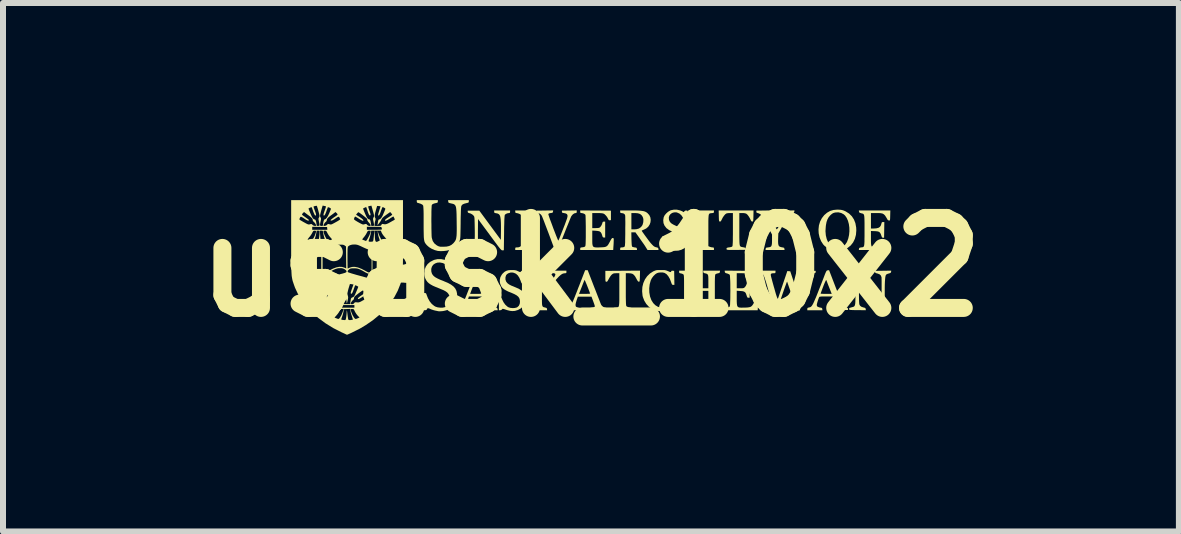
<source format=kicad_pcb>
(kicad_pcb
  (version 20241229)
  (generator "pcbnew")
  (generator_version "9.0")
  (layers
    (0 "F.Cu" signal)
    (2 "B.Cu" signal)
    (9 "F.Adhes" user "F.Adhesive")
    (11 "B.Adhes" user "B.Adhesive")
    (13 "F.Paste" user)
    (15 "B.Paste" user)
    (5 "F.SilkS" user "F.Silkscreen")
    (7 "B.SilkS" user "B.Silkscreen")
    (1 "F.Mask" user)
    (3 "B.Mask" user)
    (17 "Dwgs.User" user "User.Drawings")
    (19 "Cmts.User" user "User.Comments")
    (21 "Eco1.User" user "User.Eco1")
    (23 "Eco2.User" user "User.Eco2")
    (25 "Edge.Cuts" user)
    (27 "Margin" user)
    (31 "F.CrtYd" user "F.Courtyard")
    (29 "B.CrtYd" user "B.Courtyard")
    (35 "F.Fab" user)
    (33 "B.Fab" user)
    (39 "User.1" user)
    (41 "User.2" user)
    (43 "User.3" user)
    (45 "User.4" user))
  (footprint "usask_10x2"
    (layer "F.Cu")
    (at 6.8 1.404)
    (property "Reference" "usask_10x2" (at 0 0 0) (layer "F.SilkS") (effects (font (size 1.5 1.5) (thickness 0.3))))
    (attr board_only exclude_from_pos_files exclude_from_bom)
    (fp_poly (pts (xy -0.962 -0.927) (xy -0.967 -0.912) (xy -0.975 -0.906) (xy -1.011 -0.9) (xy -1.034 -0.894) (xy -1.048 -0.886) (xy -1.05 -0.885) (xy -1.053 -0.88) (xy -1.055 -0.872) (xy -1.057 -0.859) (xy -1.059 -0.84) (xy -1.06 -0.812) (xy -1.06 -0.776) (xy -1.061 -0.729) (xy -1.061 -0.671) (xy -1.061 -0.617) (xy -1.061 -0.547) (xy -1.061 -0.49) (xy -1.06 -0.445) (xy -1.059 -0.409) (xy -1.057 -0.383) (xy -1.053 -0.364) (xy -1.048 -0.351) (xy -1.041 -0.343) (xy -1.032 -0.338) (xy -1.02 -0.335) (xy -1.006 -0.333) (xy -1 -0.332) (xy -0.979 -0.327) (xy -0.967 -0.322) (xy -0.963 -0.312) (xy -0.962 -0.306) (xy -0.96 -0.287) (xy -1.111 -0.287) (xy -1.262 -0.287) (xy -1.262 -0.308) (xy -1.261 -0.322) (xy -1.255 -0.328) (xy -1.241 -0.33) (xy -1.231 -0.33) (xy -1.208 -0.332) (xy -1.188 -0.339) (xy -1.184 -0.341) (xy -1.169 -0.352) (xy -1.169 -0.613) (xy -1.169 -0.874) (xy -1.186 -0.886) (xy -1.205 -0.894) (xy -1.229 -0.901) (xy -1.233 -0.901) (xy -1.251 -0.905) (xy -1.26 -0.911) (xy -1.262 -0.923) (xy -1.262 -0.926) (xy -1.262 -0.946) (xy -1.111 -0.946) (xy -0.96 -0.946)) (stroke (width 0) (type solid)) (fill yes) (layer "F.SilkS"))
    (fp_poly (pts (xy 2.05 -0.926) (xy 2.049 -0.913) (xy 2.044 -0.907) (xy 2.03 -0.903) (xy 2.015 -0.902) (xy 2 -0.9) (xy 1.988 -0.899) (xy 1.979 -0.896) (xy 1.972 -0.89) (xy 1.966 -0.88) (xy 1.962 -0.864) (xy 1.96 -0.841) (xy 1.958 -0.81) (xy 1.957 -0.769) (xy 1.957 -0.718) (xy 1.957 -0.654) (xy 1.957 -0.615) (xy 1.957 -0.351) (xy 1.982 -0.34) (xy 2.005 -0.333) (xy 2.028 -0.33) (xy 2.029 -0.33) (xy 2.044 -0.328) (xy 2.05 -0.32) (xy 2.05 -0.308) (xy 2.05 -0.287) (xy 1.899 -0.287) (xy 1.748 -0.287) (xy 1.751 -0.306) (xy 1.753 -0.318) (xy 1.76 -0.325) (xy 1.775 -0.328) (xy 1.791 -0.33) (xy 1.821 -0.336) (xy 1.838 -0.345) (xy 1.84 -0.348) (xy 1.842 -0.359) (xy 1.845 -0.382) (xy 1.847 -0.415) (xy 1.848 -0.457) (xy 1.85 -0.505) (xy 1.85 -0.557) (xy 1.851 -0.611) (xy 1.85 -0.665) (xy 1.85 -0.717) (xy 1.849 -0.766) (xy 1.847 -0.808) (xy 1.846 -0.842) (xy 1.843 -0.866) (xy 1.84 -0.877) (xy 1.84 -0.878) (xy 1.828 -0.886) (xy 1.807 -0.895) (xy 1.792 -0.899) (xy 1.769 -0.905) (xy 1.757 -0.911) (xy 1.752 -0.92) (xy 1.751 -0.927) (xy 1.748 -0.946) (xy 1.899 -0.946) (xy 2.05 -0.946)) (stroke (width 0) (type solid)) (fill yes) (layer "F.SilkS"))
    (fp_poly (pts (xy 0.816 0.149) (xy 0.815 0.186) (xy 0.813 0.212) (xy 0.812 0.228) (xy 0.809 0.237) (xy 0.804 0.241) (xy 0.799 0.242) (xy 0.791 0.24) (xy 0.781 0.231) (xy 0.769 0.213) (xy 0.756 0.188) (xy 0.735 0.151) (xy 0.714 0.126) (xy 0.692 0.11) (xy 0.665 0.103) (xy 0.63 0.1) (xy 0.581 0.1) (xy 0.581 0.368) (xy 0.581 0.44) (xy 0.581 0.499) (xy 0.582 0.546) (xy 0.583 0.583) (xy 0.584 0.61) (xy 0.586 0.629) (xy 0.588 0.642) (xy 0.59 0.648) (xy 0.59 0.649) (xy 0.604 0.658) (xy 0.627 0.667) (xy 0.642 0.67) (xy 0.666 0.675) (xy 0.679 0.681) (xy 0.685 0.689) (xy 0.687 0.698) (xy 0.689 0.717) (xy 0.531 0.717) (xy 0.373 0.717) (xy 0.373 0.696) (xy 0.374 0.684) (xy 0.379 0.678) (xy 0.391 0.674) (xy 0.412 0.672) (xy 0.427 0.671) (xy 0.439 0.67) (xy 0.45 0.667) (xy 0.457 0.662) (xy 0.463 0.652) (xy 0.467 0.637) (xy 0.47 0.615) (xy 0.472 0.586) (xy 0.473 0.546) (xy 0.473 0.497) (xy 0.473 0.435) (xy 0.473 0.375) (xy 0.473 0.1) (xy 0.423 0.1) (xy 0.396 0.101) (xy 0.378 0.104) (xy 0.364 0.11) (xy 0.349 0.122) (xy 0.347 0.123) (xy 0.331 0.141) (xy 0.313 0.167) (xy 0.297 0.195) (xy 0.297 0.195) (xy 0.283 0.221) (xy 0.273 0.236) (xy 0.264 0.242) (xy 0.256 0.242) (xy 0.249 0.241) (xy 0.245 0.237) (xy 0.242 0.228) (xy 0.241 0.212) (xy 0.24 0.186) (xy 0.24 0.151) (xy 0.24 0.061) (xy 0.529 0.059) (xy 0.818 0.057)) (stroke (width 0) (type solid)) (fill yes) (layer "F.SilkS"))
    (fp_poly (pts (xy 4.13 -0.959) (xy 4.164 -0.957) (xy 4.19 -0.952) (xy 4.215 -0.944) (xy 4.244 -0.931) (xy 4.246 -0.93) (xy 4.303 -0.894) (xy 4.349 -0.849) (xy 4.384 -0.795) (xy 4.408 -0.733) (xy 4.421 -0.661) (xy 4.423 -0.613) (xy 4.417 -0.54) (xy 4.399 -0.473) (xy 4.37 -0.414) (xy 4.33 -0.363) (xy 4.279 -0.322) (xy 4.239 -0.299) (xy 4.214 -0.288) (xy 4.192 -0.281) (xy 4.169 -0.277) (xy 4.138 -0.275) (xy 4.119 -0.274) (xy 4.079 -0.274) (xy 4.05 -0.276) (xy 4.025 -0.281) (xy 4.009 -0.286) (xy 3.97 -0.303) (xy 3.93 -0.328) (xy 3.895 -0.355) (xy 3.871 -0.38) (xy 3.835 -0.436) (xy 3.81 -0.499) (xy 3.796 -0.564) (xy 3.794 -0.602) (xy 3.909 -0.602) (xy 3.915 -0.531) (xy 3.93 -0.469) (xy 3.954 -0.414) (xy 3.987 -0.371) (xy 3.989 -0.369) (xy 4.028 -0.337) (xy 4.07 -0.32) (xy 4.115 -0.316) (xy 4.154 -0.323) (xy 4.197 -0.341) (xy 4.231 -0.368) (xy 4.259 -0.407) (xy 4.269 -0.425) (xy 4.289 -0.479) (xy 4.302 -0.537) (xy 4.308 -0.598) (xy 4.307 -0.66) (xy 4.299 -0.719) (xy 4.284 -0.774) (xy 4.263 -0.822) (xy 4.236 -0.861) (xy 4.214 -0.881) (xy 4.171 -0.904) (xy 4.123 -0.915) (xy 4.072 -0.912) (xy 4.067 -0.911) (xy 4.042 -0.904) (xy 4.022 -0.893) (xy 4.001 -0.876) (xy 3.989 -0.865) (xy 3.962 -0.833) (xy 3.942 -0.797) (xy 3.927 -0.755) (xy 3.917 -0.703) (xy 3.914 -0.678) (xy 3.909 -0.602) (xy 3.794 -0.602) (xy 3.793 -0.631) (xy 3.8 -0.697) (xy 3.819 -0.76) (xy 3.849 -0.818) (xy 3.888 -0.868) (xy 3.936 -0.909) (xy 3.987 -0.938) (xy 4.042 -0.954) (xy 4.104 -0.96)) (stroke (width 0) (type solid)) (fill yes) (layer "F.SilkS"))
    (fp_poly (pts (xy -0.237 -0.925) (xy -0.239 -0.909) (xy -0.247 -0.904) (xy -0.253 -0.903) (xy -0.279 -0.897) (xy -0.304 -0.879) (xy -0.326 -0.852) (xy -0.332 -0.84) (xy -0.338 -0.826) (xy -0.349 -0.8) (xy -0.363 -0.764) (xy -0.381 -0.72) (xy -0.402 -0.669) (xy -0.424 -0.614) (xy -0.447 -0.555) (xy -0.452 -0.543) (xy -0.556 -0.28) (xy -0.578 -0.28) (xy -0.6 -0.28) (xy -0.702 -0.554) (xy -0.725 -0.614) (xy -0.747 -0.672) (xy -0.767 -0.724) (xy -0.784 -0.77) (xy -0.799 -0.807) (xy -0.81 -0.835) (xy -0.817 -0.852) (xy -0.818 -0.855) (xy -0.836 -0.88) (xy -0.86 -0.896) (xy -0.885 -0.903) (xy -0.901 -0.909) (xy -0.907 -0.921) (xy -0.907 -0.925) (xy -0.907 -0.943) (xy -0.768 -0.945) (xy -0.63 -0.947) (xy -0.632 -0.927) (xy -0.637 -0.912) (xy -0.649 -0.906) (xy -0.656 -0.905) (xy -0.685 -0.901) (xy -0.702 -0.895) (xy -0.709 -0.887) (xy -0.71 -0.883) (xy -0.708 -0.873) (xy -0.701 -0.852) (xy -0.691 -0.822) (xy -0.678 -0.785) (xy -0.662 -0.743) (xy -0.645 -0.697) (xy -0.628 -0.65) (xy -0.61 -0.604) (xy -0.593 -0.56) (xy -0.578 -0.521) (xy -0.564 -0.487) (xy -0.554 -0.462) (xy -0.546 -0.447) (xy -0.544 -0.443) (xy -0.54 -0.451) (xy -0.531 -0.47) (xy -0.519 -0.499) (xy -0.505 -0.534) (xy -0.489 -0.575) (xy -0.472 -0.618) (xy -0.455 -0.661) (xy -0.438 -0.704) (xy -0.424 -0.742) (xy -0.412 -0.775) (xy -0.403 -0.8) (xy -0.4 -0.807) (xy -0.391 -0.843) (xy -0.391 -0.868) (xy -0.401 -0.886) (xy -0.423 -0.897) (xy -0.457 -0.904) (xy -0.466 -0.905) (xy -0.48 -0.91) (xy -0.484 -0.923) (xy -0.484 -0.925) (xy -0.484 -0.943) (xy -0.36 -0.945) (xy -0.237 -0.947)) (stroke (width 0) (type solid)) (fill yes) (layer "F.SilkS"))
    (fp_poly (pts (xy 2.708 -0.855) (xy 2.707 -0.817) (xy 2.706 -0.792) (xy 2.704 -0.776) (xy 2.701 -0.767) (xy 2.697 -0.763) (xy 2.69 -0.761) (xy 2.679 -0.763) (xy 2.669 -0.774) (xy 2.663 -0.786) (xy 2.647 -0.819) (xy 2.628 -0.85) (xy 2.608 -0.876) (xy 2.59 -0.891) (xy 2.587 -0.893) (xy 2.568 -0.899) (xy 2.54 -0.903) (xy 2.52 -0.903) (xy 2.473 -0.903) (xy 2.473 -0.632) (xy 2.473 -0.56) (xy 2.473 -0.502) (xy 2.474 -0.455) (xy 2.475 -0.418) (xy 2.477 -0.39) (xy 2.48 -0.37) (xy 2.484 -0.356) (xy 2.491 -0.347) (xy 2.5 -0.341) (xy 2.51 -0.338) (xy 2.524 -0.335) (xy 2.537 -0.333) (xy 2.56 -0.328) (xy 2.572 -0.322) (xy 2.577 -0.315) (xy 2.577 -0.308) (xy 2.577 -0.29) (xy 2.421 -0.288) (xy 2.369 -0.288) (xy 2.33 -0.288) (xy 2.301 -0.288) (xy 2.282 -0.29) (xy 2.27 -0.291) (xy 2.263 -0.294) (xy 2.261 -0.297) (xy 2.259 -0.313) (xy 2.267 -0.323) (xy 2.287 -0.329) (xy 2.305 -0.331) (xy 2.334 -0.336) (xy 2.352 -0.343) (xy 2.356 -0.348) (xy 2.359 -0.354) (xy 2.361 -0.366) (xy 2.362 -0.384) (xy 2.364 -0.411) (xy 2.365 -0.446) (xy 2.365 -0.492) (xy 2.366 -0.55) (xy 2.366 -0.62) (xy 2.366 -0.632) (xy 2.366 -0.903) (xy 2.32 -0.903) (xy 2.292 -0.902) (xy 2.268 -0.899) (xy 2.256 -0.895) (xy 2.238 -0.882) (xy 2.218 -0.859) (xy 2.198 -0.83) (xy 2.181 -0.797) (xy 2.179 -0.792) (xy 2.168 -0.772) (xy 2.159 -0.762) (xy 2.148 -0.761) (xy 2.142 -0.763) (xy 2.138 -0.767) (xy 2.135 -0.776) (xy 2.133 -0.793) (xy 2.132 -0.82) (xy 2.131 -0.855) (xy 2.129 -0.946) (xy 2.42 -0.946) (xy 2.71 -0.946)) (stroke (width 0) (type solid)) (fill yes) (layer "F.SilkS"))
    (fp_poly (pts (xy 1.201 0.047) (xy 1.227 0.048) (xy 1.248 0.052) (xy 1.266 0.058) (xy 1.286 0.066) (xy 1.311 0.077) (xy 1.326 0.081) (xy 1.333 0.079) (xy 1.335 0.077) (xy 1.34 0.065) (xy 1.341 0.062) (xy 1.347 0.059) (xy 1.362 0.059) (xy 1.364 0.059) (xy 1.387 0.061) (xy 1.389 0.177) (xy 1.391 0.294) (xy 1.371 0.294) (xy 1.359 0.293) (xy 1.351 0.287) (xy 1.344 0.272) (xy 1.337 0.253) (xy 1.316 0.196) (xy 1.289 0.15) (xy 1.26 0.116) (xy 1.227 0.095) (xy 1.224 0.094) (xy 1.193 0.087) (xy 1.157 0.087) (xy 1.121 0.092) (xy 1.1 0.099) (xy 1.07 0.119) (xy 1.041 0.148) (xy 1.015 0.183) (xy 0.997 0.219) (xy 0.979 0.284) (xy 0.971 0.353) (xy 0.973 0.422) (xy 0.985 0.489) (xy 1.007 0.548) (xy 1.008 0.55) (xy 1.038 0.598) (xy 1.074 0.634) (xy 1.115 0.659) (xy 1.159 0.672) (xy 1.204 0.674) (xy 1.249 0.664) (xy 1.291 0.643) (xy 1.328 0.61) (xy 1.359 0.565) (xy 1.362 0.559) (xy 1.373 0.54) (xy 1.382 0.532) (xy 1.392 0.534) (xy 1.402 0.541) (xy 1.41 0.547) (xy 1.412 0.554) (xy 1.408 0.566) (xy 1.399 0.584) (xy 1.377 0.62) (xy 1.347 0.656) (xy 1.313 0.686) (xy 1.279 0.708) (xy 1.274 0.71) (xy 1.242 0.72) (xy 1.2 0.727) (xy 1.156 0.73) (xy 1.114 0.729) (xy 1.078 0.723) (xy 1.07 0.721) (xy 1.015 0.696) (xy 0.965 0.659) (xy 0.922 0.612) (xy 0.889 0.558) (xy 0.866 0.498) (xy 0.86 0.474) (xy 0.853 0.401) (xy 0.857 0.33) (xy 0.873 0.264) (xy 0.9 0.203) (xy 0.937 0.15) (xy 0.983 0.105) (xy 1.037 0.07) (xy 1.06 0.06) (xy 1.078 0.053) (xy 1.096 0.049) (xy 1.119 0.047) (xy 1.151 0.047) (xy 1.165 0.047)) (stroke (width 0) (type solid)) (fill yes) (layer "F.SilkS"))
    (fp_poly (pts (xy 3.39 -0.927) (xy 3.383 -0.91) (xy 3.366 -0.9) (xy 3.345 -0.892) (xy 3.329 -0.884) (xy 3.317 -0.873) (xy 3.299 -0.851) (xy 3.277 -0.82) (xy 3.251 -0.781) (xy 3.223 -0.736) (xy 3.193 -0.687) (xy 3.172 -0.649) (xy 3.123 -0.563) (xy 3.12 -0.475) (xy 3.119 -0.428) (xy 3.121 -0.392) (xy 3.126 -0.367) (xy 3.136 -0.35) (xy 3.153 -0.34) (xy 3.177 -0.333) (xy 3.205 -0.328) (xy 3.219 -0.323) (xy 3.225 -0.307) (xy 3.225 -0.306) (xy 3.227 -0.287) (xy 3.068 -0.287) (xy 2.91 -0.287) (xy 2.912 -0.306) (xy 2.915 -0.318) (xy 2.921 -0.325) (xy 2.936 -0.328) (xy 2.953 -0.33) (xy 2.977 -0.334) (xy 2.994 -0.34) (xy 3.006 -0.351) (xy 3.013 -0.37) (xy 3.017 -0.398) (xy 3.018 -0.437) (xy 3.018 -0.456) (xy 3.018 -0.545) (xy 2.968 -0.641) (xy 2.93 -0.713) (xy 2.897 -0.772) (xy 2.87 -0.82) (xy 2.847 -0.855) (xy 2.83 -0.877) (xy 2.823 -0.884) (xy 2.803 -0.895) (xy 2.781 -0.903) (xy 2.764 -0.908) (xy 2.757 -0.918) (xy 2.757 -0.925) (xy 2.757 -0.943) (xy 2.898 -0.945) (xy 3.04 -0.947) (xy 3.04 -0.925) (xy 3.039 -0.913) (xy 3.034 -0.906) (xy 3.021 -0.903) (xy 3.002 -0.902) (xy 2.979 -0.899) (xy 2.967 -0.895) (xy 2.962 -0.887) (xy 2.965 -0.877) (xy 2.973 -0.858) (xy 2.986 -0.831) (xy 3.001 -0.799) (xy 3.019 -0.765) (xy 3.038 -0.73) (xy 3.056 -0.697) (xy 3.072 -0.668) (xy 3.086 -0.646) (xy 3.095 -0.633) (xy 3.097 -0.631) (xy 3.103 -0.637) (xy 3.114 -0.652) (xy 3.13 -0.676) (xy 3.148 -0.704) (xy 3.168 -0.736) (xy 3.187 -0.768) (xy 3.204 -0.797) (xy 3.218 -0.823) (xy 3.222 -0.83) (xy 3.235 -0.86) (xy 3.24 -0.879) (xy 3.234 -0.891) (xy 3.217 -0.899) (xy 3.19 -0.903) (xy 3.17 -0.906) (xy 3.161 -0.912) (xy 3.158 -0.922) (xy 3.158 -0.925) (xy 3.158 -0.943) (xy 3.275 -0.945) (xy 3.392 -0.947)) (stroke (width 0) (type solid)) (fill yes) (layer "F.SilkS"))
    (fp_poly (pts (xy 4.988 -0.862) (xy 4.987 -0.826) (xy 4.986 -0.802) (xy 4.984 -0.788) (xy 4.981 -0.781) (xy 4.976 -0.778) (xy 4.969 -0.778) (xy 4.952 -0.784) (xy 4.944 -0.792) (xy 4.921 -0.832) (xy 4.902 -0.862) (xy 4.883 -0.881) (xy 4.861 -0.894) (xy 4.834 -0.9) (xy 4.798 -0.903) (xy 4.758 -0.903) (xy 4.667 -0.903) (xy 4.667 -0.774) (xy 4.667 -0.645) (xy 4.712 -0.645) (xy 4.758 -0.648) (xy 4.793 -0.657) (xy 4.817 -0.673) (xy 4.833 -0.698) (xy 4.842 -0.729) (xy 4.847 -0.745) (xy 4.856 -0.752) (xy 4.868 -0.753) (xy 4.89 -0.753) (xy 4.888 -0.622) (xy 4.886 -0.491) (xy 4.869 -0.491) (xy 4.858 -0.493) (xy 4.85 -0.502) (xy 4.842 -0.52) (xy 4.839 -0.53) (xy 4.828 -0.559) (xy 4.815 -0.579) (xy 4.798 -0.591) (xy 4.774 -0.598) (xy 4.739 -0.601) (xy 4.731 -0.601) (xy 4.667 -0.604) (xy 4.667 -0.482) (xy 4.667 -0.433) (xy 4.668 -0.398) (xy 4.671 -0.372) (xy 4.675 -0.355) (xy 4.682 -0.344) (xy 4.693 -0.338) (xy 4.708 -0.334) (xy 4.716 -0.333) (xy 4.74 -0.329) (xy 4.753 -0.324) (xy 4.759 -0.317) (xy 4.76 -0.305) (xy 4.76 -0.305) (xy 4.76 -0.287) (xy 4.613 -0.287) (xy 4.465 -0.287) (xy 4.468 -0.306) (xy 4.471 -0.319) (xy 4.479 -0.325) (xy 4.495 -0.329) (xy 4.503 -0.33) (xy 4.517 -0.332) (xy 4.529 -0.333) (xy 4.538 -0.337) (xy 4.546 -0.343) (xy 4.551 -0.354) (xy 4.555 -0.37) (xy 4.557 -0.393) (xy 4.559 -0.425) (xy 4.559 -0.467) (xy 4.56 -0.519) (xy 4.56 -0.584) (xy 4.56 -0.613) (xy 4.56 -0.683) (xy 4.56 -0.739) (xy 4.559 -0.785) (xy 4.558 -0.82) (xy 4.556 -0.846) (xy 4.553 -0.865) (xy 4.548 -0.878) (xy 4.542 -0.886) (xy 4.534 -0.892) (xy 4.523 -0.895) (xy 4.51 -0.898) (xy 4.504 -0.9) (xy 4.483 -0.906) (xy 4.472 -0.914) (xy 4.468 -0.926) (xy 4.468 -0.927) (xy 4.465 -0.946) (xy 4.728 -0.946) (xy 4.99 -0.946)) (stroke (width 0) (type solid)) (fill yes) (layer "F.SilkS"))
    (fp_poly (pts (xy -1.348 -0.925) (xy -1.35 -0.909) (xy -1.358 -0.904) (xy -1.365 -0.903) (xy -1.392 -0.899) (xy -1.416 -0.889) (xy -1.434 -0.875) (xy -1.436 -0.872) (xy -1.438 -0.863) (xy -1.44 -0.845) (xy -1.442 -0.817) (xy -1.444 -0.779) (xy -1.445 -0.728) (xy -1.447 -0.665) (xy -1.448 -0.589) (xy -1.448 -0.57) (xy -1.452 -0.283) (xy -1.473 -0.281) (xy -1.479 -0.281) (xy -1.484 -0.282) (xy -1.491 -0.287) (xy -1.5 -0.294) (xy -1.511 -0.306) (xy -1.526 -0.324) (xy -1.545 -0.348) (xy -1.569 -0.38) (xy -1.599 -0.42) (xy -1.635 -0.469) (xy -1.68 -0.529) (xy -1.688 -0.541) (xy -1.882 -0.803) (xy -1.884 -0.613) (xy -1.884 -0.545) (xy -1.884 -0.49) (xy -1.883 -0.446) (xy -1.88 -0.412) (xy -1.875 -0.387) (xy -1.868 -0.368) (xy -1.859 -0.355) (xy -1.847 -0.347) (xy -1.832 -0.34) (xy -1.819 -0.337) (xy -1.794 -0.33) (xy -1.779 -0.325) (xy -1.773 -0.319) (xy -1.771 -0.31) (xy -1.771 -0.305) (xy -1.771 -0.287) (xy -1.907 -0.287) (xy -2.044 -0.287) (xy -2.042 -0.306) (xy -2.039 -0.318) (xy -2.03 -0.326) (xy -2.011 -0.332) (xy -2.004 -0.334) (xy -1.98 -0.343) (xy -1.962 -0.353) (xy -1.956 -0.358) (xy -1.95 -0.369) (xy -1.945 -0.384) (xy -1.941 -0.406) (xy -1.939 -0.436) (xy -1.937 -0.475) (xy -1.936 -0.525) (xy -1.936 -0.586) (xy -1.937 -0.649) (xy -1.938 -0.707) (xy -1.939 -0.752) (xy -1.94 -0.786) (xy -1.941 -0.812) (xy -1.943 -0.83) (xy -1.946 -0.842) (xy -1.949 -0.851) (xy -1.952 -0.855) (xy -1.973 -0.876) (xy -2.003 -0.894) (xy -2.032 -0.903) (xy -2.048 -0.909) (xy -2.054 -0.921) (xy -2.054 -0.925) (xy -2.054 -0.943) (xy -1.958 -0.943) (xy -1.861 -0.943) (xy -1.682 -0.7) (xy -1.502 -0.456) (xy -1.5 -0.599) (xy -1.5 -0.648) (xy -1.5 -0.696) (xy -1.501 -0.741) (xy -1.503 -0.778) (xy -1.505 -0.803) (xy -1.511 -0.841) (xy -1.521 -0.868) (xy -1.536 -0.885) (xy -1.559 -0.896) (xy -1.581 -0.9) (xy -1.601 -0.904) (xy -1.61 -0.909) (xy -1.613 -0.92) (xy -1.613 -0.926) (xy -1.613 -0.946) (xy -1.48 -0.946) (xy -1.348 -0.946)) (stroke (width 0) (type solid)) (fill yes) (layer "F.SilkS"))
    (fp_poly (pts (xy 1.433 -0.959) (xy 1.483 -0.948) (xy 1.511 -0.937) (xy 1.548 -0.918) (xy 1.558 -0.933) (xy 1.573 -0.944) (xy 1.589 -0.945) (xy 1.609 -0.943) (xy 1.611 -0.833) (xy 1.613 -0.724) (xy 1.592 -0.724) (xy 1.581 -0.725) (xy 1.573 -0.731) (xy 1.566 -0.743) (xy 1.557 -0.766) (xy 1.556 -0.77) (xy 1.534 -0.824) (xy 1.507 -0.866) (xy 1.475 -0.894) (xy 1.437 -0.911) (xy 1.422 -0.915) (xy 1.385 -0.914) (xy 1.352 -0.904) (xy 1.325 -0.884) (xy 1.306 -0.858) (xy 1.298 -0.828) (xy 1.298 -0.824) (xy 1.301 -0.789) (xy 1.314 -0.759) (xy 1.336 -0.734) (xy 1.37 -0.712) (xy 1.416 -0.69) (xy 1.42 -0.688) (xy 1.482 -0.662) (xy 1.531 -0.638) (xy 1.569 -0.615) (xy 1.597 -0.592) (xy 1.617 -0.567) (xy 1.631 -0.539) (xy 1.635 -0.526) (xy 1.64 -0.486) (xy 1.638 -0.442) (xy 1.627 -0.402) (xy 1.621 -0.39) (xy 1.592 -0.347) (xy 1.553 -0.314) (xy 1.506 -0.29) (xy 1.454 -0.276) (xy 1.399 -0.274) (xy 1.343 -0.284) (xy 1.323 -0.29) (xy 1.297 -0.3) (xy 1.275 -0.308) (xy 1.261 -0.313) (xy 1.261 -0.313) (xy 1.249 -0.311) (xy 1.244 -0.301) (xy 1.237 -0.29) (xy 1.223 -0.288) (xy 1.216 -0.288) (xy 1.194 -0.29) (xy 1.192 -0.403) (xy 1.19 -0.516) (xy 1.21 -0.516) (xy 1.222 -0.515) (xy 1.23 -0.508) (xy 1.237 -0.494) (xy 1.243 -0.477) (xy 1.265 -0.427) (xy 1.295 -0.383) (xy 1.332 -0.348) (xy 1.336 -0.346) (xy 1.356 -0.333) (xy 1.374 -0.326) (xy 1.394 -0.323) (xy 1.423 -0.323) (xy 1.468 -0.327) (xy 1.502 -0.34) (xy 1.525 -0.362) (xy 1.532 -0.373) (xy 1.54 -0.399) (xy 1.541 -0.432) (xy 1.537 -0.465) (xy 1.527 -0.494) (xy 1.527 -0.494) (xy 1.516 -0.512) (xy 1.501 -0.527) (xy 1.48 -0.541) (xy 1.45 -0.556) (xy 1.409 -0.573) (xy 1.398 -0.577) (xy 1.365 -0.59) (xy 1.334 -0.604) (xy 1.31 -0.615) (xy 1.301 -0.62) (xy 1.258 -0.652) (xy 1.227 -0.692) (xy 1.209 -0.736) (xy 1.205 -0.785) (xy 1.213 -0.834) (xy 1.228 -0.865) (xy 1.253 -0.895) (xy 1.284 -0.923) (xy 1.317 -0.943) (xy 1.333 -0.95) (xy 1.381 -0.959)) (stroke (width 0) (type solid)) (fill yes) (layer "F.SilkS"))
    (fp_poly (pts (xy 0.077 -0.945) (xy 0.333 -0.943) (xy 0.333 -0.864) (xy 0.333 -0.785) (xy 0.315 -0.783) (xy 0.3 -0.784) (xy 0.291 -0.795) (xy 0.287 -0.803) (xy 0.27 -0.835) (xy 0.248 -0.863) (xy 0.225 -0.885) (xy 0.211 -0.893) (xy 0.188 -0.899) (xy 0.15 -0.902) (xy 0.104 -0.903) (xy 0.022 -0.903) (xy 0.022 -0.778) (xy 0.022 -0.652) (xy 0.079 -0.652) (xy 0.109 -0.653) (xy 0.128 -0.655) (xy 0.141 -0.659) (xy 0.152 -0.667) (xy 0.158 -0.673) (xy 0.173 -0.694) (xy 0.185 -0.72) (xy 0.187 -0.727) (xy 0.193 -0.747) (xy 0.2 -0.757) (xy 0.211 -0.76) (xy 0.216 -0.76) (xy 0.237 -0.76) (xy 0.237 -0.627) (xy 0.237 -0.495) (xy 0.217 -0.495) (xy 0.206 -0.496) (xy 0.198 -0.502) (xy 0.191 -0.516) (xy 0.185 -0.538) (xy 0.174 -0.566) (xy 0.161 -0.585) (xy 0.142 -0.598) (xy 0.115 -0.604) (xy 0.078 -0.608) (xy 0.022 -0.611) (xy 0.022 -0.485) (xy 0.022 -0.434) (xy 0.023 -0.395) (xy 0.027 -0.367) (xy 0.035 -0.348) (xy 0.049 -0.336) (xy 0.071 -0.331) (xy 0.101 -0.329) (xy 0.142 -0.33) (xy 0.161 -0.331) (xy 0.203 -0.333) (xy 0.234 -0.337) (xy 0.257 -0.346) (xy 0.275 -0.36) (xy 0.292 -0.383) (xy 0.31 -0.416) (xy 0.315 -0.425) (xy 0.331 -0.455) (xy 0.343 -0.474) (xy 0.352 -0.484) (xy 0.361 -0.487) (xy 0.363 -0.487) (xy 0.373 -0.486) (xy 0.378 -0.479) (xy 0.38 -0.464) (xy 0.38 -0.453) (xy 0.379 -0.429) (xy 0.378 -0.397) (xy 0.376 -0.363) (xy 0.375 -0.352) (xy 0.371 -0.287) (xy 0.096 -0.287) (xy -0.179 -0.287) (xy -0.179 -0.307) (xy -0.178 -0.32) (xy -0.173 -0.326) (xy -0.159 -0.33) (xy -0.142 -0.332) (xy -0.112 -0.337) (xy -0.096 -0.348) (xy -0.096 -0.348) (xy -0.093 -0.355) (xy -0.091 -0.367) (xy -0.089 -0.387) (xy -0.088 -0.415) (xy -0.087 -0.452) (xy -0.086 -0.501) (xy -0.086 -0.562) (xy -0.086 -0.611) (xy -0.086 -0.678) (xy -0.087 -0.737) (xy -0.088 -0.787) (xy -0.089 -0.827) (xy -0.09 -0.856) (xy -0.092 -0.872) (xy -0.093 -0.874) (xy -0.106 -0.887) (xy -0.128 -0.897) (xy -0.153 -0.903) (xy -0.162 -0.903) (xy -0.174 -0.906) (xy -0.179 -0.916) (xy -0.179 -0.925) (xy -0.179 -0.946)) (stroke (width 0) (type solid)) (fill yes) (layer "F.SilkS"))
    (fp_poly (pts (xy 4.079 0.335) (xy 4.103 0.396) (xy 4.126 0.454) (xy 4.146 0.506) (xy 4.165 0.552) (xy 4.18 0.59) (xy 4.192 0.618) (xy 4.2 0.635) (xy 4.202 0.639) (xy 4.224 0.659) (xy 4.256 0.673) (xy 4.269 0.675) (xy 4.281 0.683) (xy 4.284 0.695) (xy 4.284 0.713) (xy 4.146 0.715) (xy 4.008 0.717) (xy 4.008 0.696) (xy 4.009 0.684) (xy 4.015 0.677) (xy 4.03 0.673) (xy 4.04 0.672) (xy 4.064 0.668) (xy 4.078 0.662) (xy 4.084 0.651) (xy 4.082 0.633) (xy 4.073 0.604) (xy 4.069 0.593) (xy 4.059 0.563) (xy 4.049 0.535) (xy 4.041 0.514) (xy 4.039 0.511) (xy 4.03 0.487) (xy 3.919 0.487) (xy 3.877 0.488) (xy 3.846 0.488) (xy 3.826 0.49) (xy 3.813 0.492) (xy 3.807 0.495) (xy 3.803 0.5) (xy 3.803 0.5) (xy 3.791 0.531) (xy 3.78 0.564) (xy 3.771 0.595) (xy 3.765 0.619) (xy 3.764 0.632) (xy 3.768 0.649) (xy 3.781 0.66) (xy 3.805 0.669) (xy 3.823 0.673) (xy 3.843 0.677) (xy 3.852 0.684) (xy 3.856 0.697) (xy 3.858 0.717) (xy 3.732 0.717) (xy 3.606 0.717) (xy 3.606 0.696) (xy 3.608 0.683) (xy 3.615 0.676) (xy 3.633 0.671) (xy 3.634 0.671) (xy 3.644 0.669) (xy 3.654 0.666) (xy 3.663 0.662) (xy 3.672 0.654) (xy 3.682 0.643) (xy 3.692 0.627) (xy 3.704 0.606) (xy 3.717 0.578) (xy 3.732 0.543) (xy 3.751 0.5) (xy 3.772 0.448) (xy 3.775 0.44) (xy 3.828 0.44) (xy 3.835 0.442) (xy 3.853 0.443) (xy 3.881 0.444) (xy 3.914 0.444) (xy 3.921 0.444) (xy 4.013 0.444) (xy 3.97 0.335) (xy 3.955 0.298) (xy 3.942 0.264) (xy 3.932 0.237) (xy 3.925 0.219) (xy 3.923 0.214) (xy 3.918 0.215) (xy 3.91 0.23) (xy 3.897 0.258) (xy 3.88 0.299) (xy 3.873 0.318) (xy 3.858 0.357) (xy 3.846 0.39) (xy 3.836 0.417) (xy 3.83 0.434) (xy 3.828 0.44) (xy 3.775 0.44) (xy 3.796 0.386) (xy 3.825 0.313) (xy 3.858 0.228) (xy 3.884 0.161) (xy 3.899 0.121) (xy 3.911 0.092) (xy 3.92 0.073) (xy 3.927 0.061) (xy 3.934 0.055) (xy 3.941 0.052) (xy 3.947 0.052) (xy 3.969 0.049)) (stroke (width 0) (type solid)) (fill yes) (layer "F.SilkS"))
    (fp_poly (pts (xy 5.003 0.076) (xy 4.999 0.088) (xy 4.99 0.096) (xy 4.971 0.103) (xy 4.966 0.104) (xy 4.943 0.111) (xy 4.926 0.12) (xy 4.921 0.123) (xy 4.915 0.132) (xy 4.91 0.147) (xy 4.906 0.169) (xy 4.903 0.199) (xy 4.9 0.239) (xy 4.898 0.288) (xy 4.897 0.349) (xy 4.897 0.423) (xy 4.897 0.475) (xy 4.896 0.724) (xy 4.876 0.724) (xy 4.87 0.723) (xy 4.864 0.72) (xy 4.856 0.714) (xy 4.846 0.704) (xy 4.833 0.689) (xy 4.815 0.668) (xy 4.793 0.639) (xy 4.766 0.603) (xy 4.732 0.558) (xy 4.691 0.502) (xy 4.662 0.464) (xy 4.47 0.204) (xy 4.468 0.398) (xy 4.467 0.466) (xy 4.468 0.523) (xy 4.469 0.567) (xy 4.471 0.599) (xy 4.473 0.617) (xy 4.473 0.618) (xy 4.485 0.641) (xy 4.506 0.658) (xy 4.539 0.67) (xy 4.55 0.672) (xy 4.569 0.678) (xy 4.577 0.687) (xy 4.58 0.698) (xy 4.582 0.717) (xy 4.444 0.715) (xy 4.396 0.715) (xy 4.36 0.714) (xy 4.336 0.713) (xy 4.319 0.711) (xy 4.31 0.709) (xy 4.305 0.705) (xy 4.303 0.7) (xy 4.303 0.697) (xy 4.305 0.683) (xy 4.31 0.678) (xy 4.322 0.675) (xy 4.342 0.669) (xy 4.354 0.666) (xy 4.368 0.662) (xy 4.38 0.658) (xy 4.389 0.651) (xy 4.396 0.641) (xy 4.401 0.626) (xy 4.405 0.604) (xy 4.407 0.575) (xy 4.408 0.536) (xy 4.409 0.486) (xy 4.409 0.424) (xy 4.409 0.393) (xy 4.409 0.33) (xy 4.409 0.279) (xy 4.408 0.24) (xy 4.407 0.21) (xy 4.406 0.188) (xy 4.404 0.172) (xy 4.402 0.161) (xy 4.399 0.153) (xy 4.395 0.146) (xy 4.38 0.129) (xy 4.354 0.114) (xy 4.317 0.1) (xy 4.303 0.096) (xy 4.296 0.088) (xy 4.294 0.075) (xy 4.294 0.057) (xy 4.39 0.057) (xy 4.486 0.057) (xy 4.664 0.299) (xy 4.843 0.541) (xy 4.845 0.365) (xy 4.845 0.315) (xy 4.845 0.269) (xy 4.845 0.228) (xy 4.844 0.196) (xy 4.844 0.175) (xy 4.843 0.167) (xy 4.833 0.14) (xy 4.815 0.121) (xy 4.785 0.108) (xy 4.775 0.105) (xy 4.752 0.099) (xy 4.74 0.092) (xy 4.736 0.084) (xy 4.735 0.078) (xy 4.735 0.061) (xy 4.87 0.059) (xy 5.005 0.057)) (stroke (width 0) (type solid)) (fill yes) (layer "F.SilkS"))
    (fp_poly (pts (xy 2.485 0.059) (xy 2.742 0.061) (xy 2.742 0.14) (xy 2.742 0.219) (xy 2.723 0.221) (xy 2.709 0.22) (xy 2.699 0.209) (xy 2.696 0.201) (xy 2.68 0.171) (xy 2.659 0.143) (xy 2.638 0.12) (xy 2.624 0.111) (xy 2.609 0.106) (xy 2.587 0.103) (xy 2.554 0.101) (xy 2.517 0.1) (xy 2.43 0.1) (xy 2.43 0.226) (xy 2.43 0.351) (xy 2.488 0.351) (xy 2.518 0.351) (xy 2.537 0.349) (xy 2.55 0.345) (xy 2.56 0.337) (xy 2.567 0.331) (xy 2.582 0.31) (xy 2.594 0.283) (xy 2.596 0.277) (xy 2.602 0.257) (xy 2.609 0.247) (xy 2.619 0.244) (xy 2.625 0.244) (xy 2.645 0.244) (xy 2.645 0.376) (xy 2.645 0.509) (xy 2.626 0.509) (xy 2.614 0.508) (xy 2.607 0.502) (xy 2.6 0.488) (xy 2.593 0.466) (xy 2.583 0.438) (xy 2.57 0.418) (xy 2.551 0.406) (xy 2.524 0.399) (xy 2.487 0.396) (xy 2.43 0.392) (xy 2.43 0.518) (xy 2.43 0.57) (xy 2.432 0.609) (xy 2.436 0.637) (xy 2.444 0.656) (xy 2.458 0.667) (xy 2.48 0.673) (xy 2.51 0.674) (xy 2.551 0.673) (xy 2.57 0.673) (xy 2.612 0.671) (xy 2.643 0.666) (xy 2.666 0.658) (xy 2.684 0.643) (xy 2.701 0.62) (xy 2.719 0.588) (xy 2.724 0.578) (xy 2.74 0.549) (xy 2.751 0.53) (xy 2.761 0.52) (xy 2.77 0.516) (xy 2.772 0.516) (xy 2.782 0.518) (xy 2.787 0.524) (xy 2.789 0.54) (xy 2.789 0.551) (xy 2.788 0.574) (xy 2.787 0.606) (xy 2.785 0.641) (xy 2.784 0.651) (xy 2.779 0.717) (xy 2.504 0.717) (xy 2.229 0.717) (xy 2.231 0.697) (xy 2.234 0.685) (xy 2.241 0.678) (xy 2.258 0.674) (xy 2.269 0.673) (xy 2.293 0.667) (xy 2.31 0.658) (xy 2.314 0.655) (xy 2.316 0.644) (xy 2.319 0.621) (xy 2.32 0.588) (xy 2.322 0.546) (xy 2.323 0.499) (xy 2.323 0.447) (xy 2.324 0.393) (xy 2.323 0.339) (xy 2.323 0.287) (xy 2.322 0.238) (xy 2.32 0.196) (xy 2.318 0.162) (xy 2.316 0.138) (xy 2.314 0.126) (xy 2.313 0.126) (xy 2.301 0.117) (xy 2.281 0.108) (xy 2.269 0.104) (xy 2.247 0.098) (xy 2.236 0.09) (xy 2.231 0.08) (xy 2.231 0.076) (xy 2.229 0.057)) (stroke (width 0) (type solid)) (fill yes) (layer "F.SilkS"))
    (fp_poly (pts (xy -1.893 0.051) (xy -1.89 0.052) (xy -1.885 0.052) (xy -1.88 0.054) (xy -1.875 0.058) (xy -1.87 0.066) (xy -1.863 0.078) (xy -1.854 0.096) (xy -1.844 0.121) (xy -1.83 0.155) (xy -1.813 0.197) (xy -1.792 0.251) (xy -1.767 0.316) (xy -1.757 0.342) (xy -1.728 0.416) (xy -1.704 0.478) (xy -1.683 0.529) (xy -1.666 0.569) (xy -1.652 0.601) (xy -1.64 0.625) (xy -1.629 0.643) (xy -1.619 0.656) (xy -1.609 0.664) (xy -1.599 0.669) (xy -1.588 0.672) (xy -1.583 0.673) (xy -1.566 0.679) (xy -1.558 0.69) (xy -1.557 0.697) (xy -1.555 0.717) (xy -1.695 0.717) (xy -1.836 0.717) (xy -1.834 0.697) (xy -1.831 0.685) (xy -1.823 0.678) (xy -1.807 0.674) (xy -1.797 0.673) (xy -1.775 0.668) (xy -1.759 0.663) (xy -1.754 0.66) (xy -1.754 0.65) (xy -1.759 0.627) (xy -1.771 0.591) (xy -1.778 0.57) (xy -1.808 0.487) (xy -1.921 0.487) (xy -2.034 0.487) (xy -2.043 0.514) (xy -2.057 0.56) (xy -2.068 0.598) (xy -2.074 0.626) (xy -2.076 0.644) (xy -2.075 0.646) (xy -2.065 0.658) (xy -2.045 0.667) (xy -2.02 0.673) (xy -2.006 0.674) (xy -1.992 0.676) (xy -1.986 0.685) (xy -1.986 0.695) (xy -1.986 0.717) (xy -2.112 0.717) (xy -2.238 0.717) (xy -2.235 0.697) (xy -2.231 0.683) (xy -2.217 0.675) (xy -2.21 0.673) (xy -2.174 0.66) (xy -2.148 0.635) (xy -2.137 0.618) (xy -2.132 0.607) (xy -2.124 0.588) (xy -2.112 0.56) (xy -2.098 0.524) (xy -2.079 0.477) (xy -2.066 0.444) (xy -2.014 0.444) (xy -1.921 0.444) (xy -1.882 0.444) (xy -1.857 0.444) (xy -1.841 0.442) (xy -1.833 0.44) (xy -1.83 0.436) (xy -1.831 0.432) (xy -1.84 0.408) (xy -1.851 0.379) (xy -1.864 0.345) (xy -1.878 0.311) (xy -1.892 0.279) (xy -1.904 0.25) (xy -1.914 0.228) (xy -1.921 0.215) (xy -1.924 0.213) (xy -1.928 0.222) (xy -1.935 0.241) (xy -1.946 0.268) (xy -1.959 0.3) (xy -1.972 0.334) (xy -1.985 0.367) (xy -1.996 0.396) (xy -2.004 0.418) (xy -2.014 0.444) (xy -2.066 0.444) (xy -2.057 0.421) (xy -2.03 0.353) (xy -1.999 0.273) (xy -1.963 0.181) (xy -1.946 0.138) (xy -1.932 0.102) (xy -1.922 0.077) (xy -1.915 0.062) (xy -1.908 0.054) (xy -1.901 0.051)) (stroke (width 0) (type solid)) (fill yes) (layer "F.SilkS"))
    (fp_poly (pts (xy -1.289 0.047) (xy -1.263 0.05) (xy -1.242 0.055) (xy -1.219 0.065) (xy -1.217 0.066) (xy -1.195 0.076) (xy -1.181 0.081) (xy -1.174 0.08) (xy -1.17 0.073) (xy -1.168 0.071) (xy -1.155 0.06) (xy -1.141 0.057) (xy -1.121 0.057) (xy -1.116 0.134) (xy -1.114 0.17) (xy -1.112 0.205) (xy -1.111 0.233) (xy -1.111 0.245) (xy -1.112 0.266) (xy -1.114 0.276) (xy -1.122 0.279) (xy -1.133 0.278) (xy -1.145 0.276) (xy -1.153 0.27) (xy -1.161 0.257) (xy -1.17 0.234) (xy -1.172 0.227) (xy -1.194 0.175) (xy -1.22 0.136) (xy -1.25 0.109) (xy -1.286 0.093) (xy -1.306 0.089) (xy -1.34 0.089) (xy -1.373 0.099) (xy -1.4 0.116) (xy -1.415 0.135) (xy -1.425 0.168) (xy -1.425 0.204) (xy -1.415 0.236) (xy -1.41 0.244) (xy -1.391 0.267) (xy -1.365 0.287) (xy -1.329 0.306) (xy -1.296 0.319) (xy -1.244 0.341) (xy -1.197 0.363) (xy -1.16 0.386) (xy -1.132 0.406) (xy -1.126 0.413) (xy -1.111 0.434) (xy -1.098 0.462) (xy -1.093 0.478) (xy -1.085 0.528) (xy -1.09 0.575) (xy -1.108 0.619) (xy -1.135 0.657) (xy -1.172 0.689) (xy -1.217 0.713) (xy -1.267 0.728) (xy -1.311 0.731) (xy -1.349 0.727) (xy -1.394 0.716) (xy -1.412 0.71) (xy -1.441 0.7) (xy -1.459 0.695) (xy -1.47 0.693) (xy -1.477 0.696) (xy -1.482 0.702) (xy -1.482 0.703) (xy -1.498 0.714) (xy -1.513 0.717) (xy -1.534 0.717) (xy -1.534 0.651) (xy -1.535 0.614) (xy -1.536 0.575) (xy -1.538 0.542) (xy -1.539 0.535) (xy -1.544 0.486) (xy -1.52 0.489) (xy -1.507 0.491) (xy -1.498 0.497) (xy -1.491 0.509) (xy -1.482 0.531) (xy -1.479 0.539) (xy -1.457 0.584) (xy -1.429 0.623) (xy -1.396 0.654) (xy -1.376 0.667) (xy -1.346 0.677) (xy -1.31 0.681) (xy -1.274 0.68) (xy -1.242 0.673) (xy -1.228 0.667) (xy -1.202 0.643) (xy -1.187 0.61) (xy -1.183 0.578) (xy -1.186 0.544) (xy -1.195 0.515) (xy -1.212 0.491) (xy -1.239 0.469) (xy -1.277 0.448) (xy -1.327 0.426) (xy -1.38 0.405) (xy -1.421 0.384) (xy -1.452 0.365) (xy -1.476 0.344) (xy -1.493 0.321) (xy -1.5 0.309) (xy -1.517 0.262) (xy -1.52 0.214) (xy -1.51 0.167) (xy -1.487 0.125) (xy -1.471 0.105) (xy -1.442 0.078) (xy -1.413 0.061) (xy -1.381 0.051) (xy -1.341 0.047) (xy -1.323 0.047)) (stroke (width 0) (type solid)) (fill yes) (layer "F.SilkS"))
    (fp_poly (pts (xy 0.727 -0.946) (xy 0.78 -0.945) (xy 0.823 -0.942) (xy 0.857 -0.938) (xy 0.884 -0.933) (xy 0.906 -0.925) (xy 0.925 -0.915) (xy 0.942 -0.902) (xy 0.943 -0.901) (xy 0.972 -0.869) (xy 0.99 -0.831) (xy 0.996 -0.79) (xy 0.992 -0.749) (xy 0.978 -0.71) (xy 0.954 -0.674) (xy 0.92 -0.645) (xy 0.881 -0.626) (xy 0.861 -0.618) (xy 0.849 -0.611) (xy 0.846 -0.608) (xy 0.85 -0.601) (xy 0.861 -0.584) (xy 0.879 -0.559) (xy 0.901 -0.528) (xy 0.927 -0.493) (xy 0.935 -0.482) (xy 0.969 -0.436) (xy 0.997 -0.401) (xy 1.021 -0.375) (xy 1.04 -0.356) (xy 1.058 -0.343) (xy 1.076 -0.335) (xy 1.094 -0.331) (xy 1.097 -0.33) (xy 1.114 -0.325) (xy 1.122 -0.316) (xy 1.124 -0.306) (xy 1.126 -0.287) (xy 1.035 -0.287) (xy 0.943 -0.287) (xy 0.915 -0.332) (xy 0.902 -0.353) (xy 0.882 -0.383) (xy 0.857 -0.418) (xy 0.831 -0.455) (xy 0.815 -0.478) (xy 0.742 -0.581) (xy 0.707 -0.581) (xy 0.673 -0.581) (xy 0.675 -0.466) (xy 0.677 -0.416) (xy 0.679 -0.38) (xy 0.682 -0.356) (xy 0.686 -0.344) (xy 0.686 -0.343) (xy 0.699 -0.337) (xy 0.719 -0.332) (xy 0.729 -0.33) (xy 0.75 -0.327) (xy 0.761 -0.322) (xy 0.765 -0.312) (xy 0.766 -0.306) (xy 0.768 -0.287) (xy 0.628 -0.287) (xy 0.487 -0.287) (xy 0.487 -0.308) (xy 0.489 -0.322) (xy 0.495 -0.328) (xy 0.511 -0.33) (xy 0.515 -0.33) (xy 0.537 -0.332) (xy 0.554 -0.339) (xy 0.556 -0.34) (xy 0.56 -0.343) (xy 0.563 -0.348) (xy 0.565 -0.356) (xy 0.567 -0.369) (xy 0.568 -0.388) (xy 0.57 -0.414) (xy 0.57 -0.45) (xy 0.571 -0.496) (xy 0.572 -0.553) (xy 0.572 -0.596) (xy 0.572 -0.655) (xy 0.573 -0.711) (xy 0.573 -0.76) (xy 0.572 -0.802) (xy 0.572 -0.835) (xy 0.571 -0.857) (xy 0.57 -0.865) (xy 0.56 -0.885) (xy 0.538 -0.898) (xy 0.507 -0.903) (xy 0.504 -0.903) (xy 0.674 -0.903) (xy 0.674 -0.767) (xy 0.674 -0.631) (xy 0.722 -0.631) (xy 0.761 -0.634) (xy 0.793 -0.643) (xy 0.801 -0.646) (xy 0.835 -0.67) (xy 0.859 -0.703) (xy 0.871 -0.745) (xy 0.873 -0.764) (xy 0.874 -0.795) (xy 0.87 -0.819) (xy 0.861 -0.842) (xy 0.842 -0.869) (xy 0.817 -0.888) (xy 0.782 -0.899) (xy 0.737 -0.903) (xy 0.729 -0.903) (xy 0.674 -0.903) (xy 0.504 -0.903) (xy 0.492 -0.906) (xy 0.488 -0.916) (xy 0.487 -0.925) (xy 0.487 -0.946) (xy 0.661 -0.946)) (stroke (width 0) (type solid)) (fill yes) (layer "F.SilkS"))
    (fp_poly (pts (xy 3.626 0.059) (xy 3.746 0.061) (xy 3.746 0.079) (xy 3.743 0.091) (xy 3.732 0.099) (xy 3.72 0.102) (xy 3.707 0.106) (xy 3.696 0.11) (xy 3.686 0.117) (xy 3.676 0.128) (xy 3.667 0.143) (xy 3.657 0.164) (xy 3.645 0.192) (xy 3.632 0.228) (xy 3.617 0.274) (xy 3.599 0.331) (xy 3.578 0.4) (xy 3.568 0.435) (xy 3.48 0.72) (xy 3.455 0.723) (xy 3.43 0.725) (xy 3.352 0.484) (xy 3.334 0.428) (xy 3.317 0.376) (xy 3.301 0.331) (xy 3.288 0.293) (xy 3.278 0.264) (xy 3.272 0.246) (xy 3.269 0.24) (xy 3.266 0.246) (xy 3.258 0.264) (xy 3.248 0.293) (xy 3.234 0.33) (xy 3.218 0.375) (xy 3.2 0.427) (xy 3.182 0.479) (xy 3.1 0.72) (xy 3.077 0.723) (xy 3.059 0.722) (xy 3.051 0.716) (xy 3.048 0.707) (xy 3.042 0.686) (xy 3.033 0.654) (xy 3.021 0.613) (xy 3.007 0.564) (xy 2.992 0.509) (xy 2.975 0.449) (xy 2.968 0.423) (xy 2.947 0.349) (xy 2.93 0.288) (xy 2.915 0.238) (xy 2.902 0.199) (xy 2.892 0.168) (xy 2.882 0.145) (xy 2.874 0.128) (xy 2.865 0.117) (xy 2.856 0.11) (xy 2.846 0.105) (xy 2.835 0.102) (xy 2.831 0.101) (xy 2.813 0.095) (xy 2.806 0.084) (xy 2.804 0.077) (xy 2.802 0.057) (xy 2.939 0.057) (xy 3.076 0.057) (xy 3.076 0.079) (xy 3.074 0.093) (xy 3.068 0.099) (xy 3.053 0.1) (xy 3.047 0.1) (xy 3.02 0.102) (xy 3.004 0.108) (xy 2.998 0.119) (xy 2.997 0.128) (xy 2.999 0.14) (xy 3.004 0.163) (xy 3.013 0.196) (xy 3.024 0.238) (xy 3.037 0.285) (xy 3.051 0.336) (xy 3.054 0.344) (xy 3.07 0.402) (xy 3.083 0.447) (xy 3.094 0.481) (xy 3.102 0.504) (xy 3.108 0.519) (xy 3.112 0.526) (xy 3.115 0.526) (xy 3.117 0.523) (xy 3.121 0.512) (xy 3.129 0.49) (xy 3.14 0.457) (xy 3.154 0.416) (xy 3.17 0.368) (xy 3.188 0.316) (xy 3.198 0.285) (xy 3.273 0.064) (xy 3.297 0.066) (xy 3.322 0.068) (xy 3.401 0.306) (xy 3.42 0.362) (xy 3.437 0.413) (xy 3.452 0.458) (xy 3.465 0.495) (xy 3.475 0.523) (xy 3.482 0.54) (xy 3.484 0.545) (xy 3.487 0.538) (xy 3.494 0.52) (xy 3.502 0.492) (xy 3.512 0.457) (xy 3.524 0.416) (xy 3.536 0.372) (xy 3.548 0.327) (xy 3.56 0.283) (xy 3.57 0.242) (xy 3.579 0.207) (xy 3.586 0.179) (xy 3.589 0.161) (xy 3.59 0.157) (xy 3.59 0.132) (xy 3.582 0.116) (xy 3.565 0.107) (xy 3.538 0.102) (xy 3.518 0.099) (xy 3.509 0.094) (xy 3.506 0.084) (xy 3.506 0.078) (xy 3.506 0.057)) (stroke (width 0) (type solid)) (fill yes) (layer "F.SilkS"))
    (fp_poly (pts (xy -2.498 -0.135) (xy -2.438 -0.123) (xy -2.394 -0.106) (xy -2.34 -0.081) (xy -2.328 -0.101) (xy -2.315 -0.117) (xy -2.296 -0.122) (xy -2.295 -0.122) (xy -2.278 -0.12) (xy -2.27 -0.116) (xy -2.269 -0.107) (xy -2.267 -0.087) (xy -2.266 -0.056) (xy -2.266 -0.019) (xy -2.265 0.024) (xy -2.265 0.026) (xy -2.264 0.161) (xy -2.289 0.163) (xy -2.303 0.164) (xy -2.312 0.161) (xy -2.318 0.151) (xy -2.324 0.131) (xy -2.326 0.124) (xy -2.348 0.064) (xy -2.375 0.013) (xy -2.407 -0.028) (xy -2.442 -0.057) (xy -2.472 -0.07) (xy -2.519 -0.079) (xy -2.562 -0.076) (xy -2.599 -0.062) (xy -2.63 -0.04) (xy -2.651 -0.009) (xy -2.662 0.028) (xy -2.661 0.07) (xy -2.659 0.077) (xy -2.652 0.103) (xy -2.639 0.126) (xy -2.621 0.147) (xy -2.595 0.167) (xy -2.559 0.187) (xy -2.514 0.208) (xy -2.455 0.231) (xy -2.452 0.233) (xy -2.385 0.261) (xy -2.332 0.29) (xy -2.291 0.321) (xy -2.261 0.356) (xy -2.242 0.394) (xy -2.232 0.438) (xy -2.23 0.475) (xy -2.236 0.536) (xy -2.255 0.591) (xy -2.285 0.639) (xy -2.327 0.677) (xy -2.38 0.707) (xy -2.404 0.716) (xy -2.433 0.724) (xy -2.467 0.731) (xy -2.501 0.734) (xy -2.529 0.735) (xy -2.541 0.734) (xy -2.556 0.731) (xy -2.579 0.726) (xy -2.595 0.723) (xy -2.626 0.715) (xy -2.659 0.704) (xy -2.673 0.698) (xy -2.698 0.687) (xy -2.714 0.683) (xy -2.723 0.684) (xy -2.729 0.691) (xy -2.733 0.699) (xy -2.741 0.711) (xy -2.755 0.716) (xy -2.768 0.717) (xy -2.796 0.717) (xy -2.796 0.661) (xy -2.796 0.63) (xy -2.797 0.59) (xy -2.799 0.548) (xy -2.801 0.517) (xy -2.805 0.43) (xy -2.777 0.43) (xy -2.759 0.431) (xy -2.749 0.436) (xy -2.742 0.45) (xy -2.739 0.461) (xy -2.717 0.517) (xy -2.688 0.569) (xy -2.653 0.612) (xy -2.614 0.644) (xy -2.592 0.657) (xy -2.555 0.669) (xy -2.514 0.674) (xy -2.471 0.674) (xy -2.434 0.666) (xy -2.413 0.658) (xy -2.386 0.639) (xy -2.368 0.617) (xy -2.357 0.589) (xy -2.353 0.551) (xy -2.353 0.548) (xy -2.352 0.517) (xy -2.354 0.494) (xy -2.361 0.473) (xy -2.366 0.462) (xy -2.379 0.44) (xy -2.397 0.42) (xy -2.422 0.402) (xy -2.455 0.384) (xy -2.5 0.365) (xy -2.526 0.354) (xy -2.586 0.33) (xy -2.634 0.309) (xy -2.672 0.288) (xy -2.701 0.268) (xy -2.725 0.246) (xy -2.743 0.222) (xy -2.758 0.195) (xy -2.769 0.169) (xy -2.775 0.144) (xy -2.778 0.115) (xy -2.778 0.101) (xy -2.772 0.042) (xy -2.753 -0.009) (xy -2.722 -0.053) (xy -2.68 -0.089) (xy -2.626 -0.117) (xy -2.611 -0.123) (xy -2.557 -0.135)) (stroke (width 0) (type solid)) (fill yes) (layer "F.SilkS"))
    (fp_poly (pts (xy 1.742 0.079) (xy 1.74 0.094) (xy 1.732 0.1) (xy 1.721 0.1) (xy 1.693 0.104) (xy 1.672 0.116) (xy 1.66 0.132) (xy 1.66 0.132) (xy 1.659 0.144) (xy 1.658 0.168) (xy 1.657 0.2) (xy 1.656 0.237) (xy 1.656 0.249) (xy 1.656 0.351) (xy 1.807 0.351) (xy 1.957 0.351) (xy 1.957 0.241) (xy 1.957 0.196) (xy 1.956 0.162) (xy 1.953 0.138) (xy 1.947 0.123) (xy 1.937 0.113) (xy 1.924 0.107) (xy 1.905 0.102) (xy 1.903 0.102) (xy 1.884 0.097) (xy 1.875 0.088) (xy 1.872 0.077) (xy 1.87 0.057) (xy 2.011 0.057) (xy 2.152 0.057) (xy 2.149 0.077) (xy 2.146 0.089) (xy 2.137 0.097) (xy 2.119 0.101) (xy 2.115 0.102) (xy 2.093 0.108) (xy 2.077 0.116) (xy 2.074 0.12) (xy 2.071 0.127) (xy 2.069 0.141) (xy 2.067 0.164) (xy 2.066 0.197) (xy 2.065 0.24) (xy 2.065 0.295) (xy 2.065 0.363) (xy 2.065 0.388) (xy 2.065 0.458) (xy 2.065 0.516) (xy 2.065 0.562) (xy 2.067 0.597) (xy 2.069 0.624) (xy 2.073 0.643) (xy 2.078 0.656) (xy 2.086 0.664) (xy 2.096 0.669) (xy 2.109 0.672) (xy 2.124 0.674) (xy 2.133 0.675) (xy 2.145 0.684) (xy 2.149 0.697) (xy 2.152 0.717) (xy 2.011 0.717) (xy 1.87 0.717) (xy 1.872 0.697) (xy 1.876 0.684) (xy 1.885 0.678) (xy 1.903 0.675) (xy 1.903 0.675) (xy 1.921 0.673) (xy 1.935 0.669) (xy 1.944 0.662) (xy 1.951 0.649) (xy 1.955 0.628) (xy 1.956 0.598) (xy 1.957 0.557) (xy 1.957 0.522) (xy 1.957 0.394) (xy 1.806 0.394) (xy 1.655 0.394) (xy 1.657 0.52) (xy 1.658 0.569) (xy 1.66 0.605) (xy 1.663 0.632) (xy 1.668 0.649) (xy 1.676 0.66) (xy 1.687 0.667) (xy 1.702 0.67) (xy 1.712 0.672) (xy 1.731 0.675) (xy 1.74 0.681) (xy 1.742 0.693) (xy 1.742 0.696) (xy 1.742 0.717) (xy 1.606 0.717) (xy 1.47 0.717) (xy 1.47 0.695) (xy 1.471 0.681) (xy 1.477 0.675) (xy 1.493 0.674) (xy 1.497 0.674) (xy 1.519 0.671) (xy 1.537 0.665) (xy 1.538 0.664) (xy 1.542 0.661) (xy 1.545 0.656) (xy 1.547 0.648) (xy 1.549 0.636) (xy 1.55 0.618) (xy 1.551 0.593) (xy 1.552 0.56) (xy 1.552 0.516) (xy 1.552 0.461) (xy 1.552 0.393) (xy 1.552 0.391) (xy 1.552 0.322) (xy 1.552 0.267) (xy 1.552 0.223) (xy 1.551 0.189) (xy 1.55 0.164) (xy 1.549 0.146) (xy 1.547 0.134) (xy 1.545 0.126) (xy 1.542 0.121) (xy 1.538 0.118) (xy 1.538 0.118) (xy 1.521 0.109) (xy 1.499 0.103) (xy 1.497 0.103) (xy 1.479 0.099) (xy 1.471 0.091) (xy 1.47 0.078) (xy 1.47 0.057) (xy 1.606 0.057) (xy 1.742 0.057)) (stroke (width 0) (type solid)) (fill yes) (layer "F.SilkS"))
    (fp_poly (pts (xy -2.552 -1.097) (xy -2.555 -1.081) (xy -2.565 -1.073) (xy -2.572 -1.072) (xy -2.607 -1.064) (xy -2.63 -1.056) (xy -2.644 -1.048) (xy -2.651 -1.038) (xy -2.653 -1.035) (xy -2.655 -1.023) (xy -2.656 -0.999) (xy -2.658 -0.964) (xy -2.659 -0.921) (xy -2.659 -0.872) (xy -2.66 -0.818) (xy -2.66 -0.763) (xy -2.659 -0.707) (xy -2.659 -0.653) (xy -2.658 -0.604) (xy -2.657 -0.56) (xy -2.656 -0.524) (xy -2.654 -0.498) (xy -2.652 -0.487) (xy -2.637 -0.437) (xy -2.61 -0.397) (xy -2.573 -0.367) (xy -2.567 -0.363) (xy -2.547 -0.352) (xy -2.53 -0.346) (xy -2.511 -0.342) (xy -2.486 -0.341) (xy -2.459 -0.341) (xy -2.405 -0.344) (xy -2.362 -0.354) (xy -2.326 -0.372) (xy -2.294 -0.399) (xy -2.287 -0.407) (xy -2.274 -0.423) (xy -2.263 -0.438) (xy -2.255 -0.454) (xy -2.248 -0.473) (xy -2.244 -0.496) (xy -2.24 -0.525) (xy -2.238 -0.562) (xy -2.237 -0.608) (xy -2.237 -0.665) (xy -2.238 -0.734) (xy -2.238 -0.751) (xy -2.239 -0.824) (xy -2.24 -0.883) (xy -2.242 -0.931) (xy -2.245 -0.969) (xy -2.249 -0.998) (xy -2.256 -1.02) (xy -2.265 -1.035) (xy -2.277 -1.046) (xy -2.292 -1.054) (xy -2.311 -1.059) (xy -2.335 -1.064) (xy -2.337 -1.065) (xy -2.36 -1.07) (xy -2.372 -1.076) (xy -2.377 -1.084) (xy -2.379 -1.096) (xy -2.381 -1.118) (xy -2.209 -1.118) (xy -2.036 -1.118) (xy -2.036 -1.097) (xy -2.037 -1.085) (xy -2.042 -1.078) (xy -2.055 -1.073) (xy -2.077 -1.068) (xy -2.114 -1.058) (xy -2.14 -1.046) (xy -2.156 -1.028) (xy -2.159 -1.023) (xy -2.162 -1.015) (xy -2.164 -0.998) (xy -2.166 -0.973) (xy -2.168 -0.938) (xy -2.169 -0.892) (xy -2.171 -0.833) (xy -2.172 -0.762) (xy -2.172 -0.738) (xy -2.173 -0.669) (xy -2.174 -0.612) (xy -2.175 -0.567) (xy -2.176 -0.532) (xy -2.177 -0.504) (xy -2.179 -0.484) (xy -2.181 -0.468) (xy -2.184 -0.456) (xy -2.187 -0.446) (xy -2.191 -0.437) (xy -2.192 -0.435) (xy -2.222 -0.383) (xy -2.262 -0.341) (xy -2.312 -0.308) (xy -2.363 -0.286) (xy -2.404 -0.276) (xy -2.453 -0.27) (xy -2.504 -0.268) (xy -2.55 -0.271) (xy -2.559 -0.273) (xy -2.606 -0.286) (xy -2.654 -0.307) (xy -2.698 -0.334) (xy -2.733 -0.365) (xy -2.734 -0.366) (xy -2.747 -0.381) (xy -2.758 -0.395) (xy -2.767 -0.409) (xy -2.774 -0.425) (xy -2.779 -0.445) (xy -2.783 -0.469) (xy -2.786 -0.5) (xy -2.787 -0.539) (xy -2.788 -0.587) (xy -2.789 -0.646) (xy -2.789 -0.718) (xy -2.789 -0.739) (xy -2.789 -0.819) (xy -2.789 -0.886) (xy -2.79 -0.939) (xy -2.792 -0.979) (xy -2.794 -1.007) (xy -2.796 -1.024) (xy -2.797 -1.028) (xy -2.811 -1.044) (xy -2.839 -1.058) (xy -2.877 -1.07) (xy -2.884 -1.071) (xy -2.898 -1.077) (xy -2.903 -1.09) (xy -2.903 -1.097) (xy -2.903 -1.118) (xy -2.728 -1.118) (xy -2.552 -1.118)) (stroke (width 0) (type solid)) (fill yes) (layer "F.SilkS"))
    (fp_poly (pts (xy 0.053 0.328) (xy 0.077 0.388) (xy 0.099 0.445) (xy 0.119 0.497) (xy 0.137 0.542) (xy 0.151 0.579) (xy 0.162 0.607) (xy 0.169 0.623) (xy 0.17 0.626) (xy 0.186 0.646) (xy 0.208 0.663) (xy 0.232 0.673) (xy 0.242 0.674) (xy 0.254 0.677) (xy 0.258 0.688) (xy 0.258 0.696) (xy 0.258 0.717) (xy 0.12 0.715) (xy -0.018 0.713) (xy -0.018 0.695) (xy -0.016 0.684) (xy -0.009 0.678) (xy 0.008 0.674) (xy 0.016 0.673) (xy 0.043 0.668) (xy 0.058 0.662) (xy 0.064 0.654) (xy 0.065 0.649) (xy 0.062 0.639) (xy 0.056 0.619) (xy 0.046 0.591) (xy 0.037 0.566) (xy 0.009 0.491) (xy -0.105 0.491) (xy -0.218 0.491) (xy -0.238 0.548) (xy -0.251 0.592) (xy -0.257 0.625) (xy -0.255 0.647) (xy -0.248 0.659) (xy -0.235 0.665) (xy -0.214 0.671) (xy -0.203 0.673) (xy -0.182 0.677) (xy -0.171 0.682) (xy -0.167 0.692) (xy -0.166 0.697) (xy -0.164 0.717) (xy -0.36 0.717) (xy -0.557 0.717) (xy -0.592 0.665) (xy -0.622 0.622) (xy -0.658 0.575) (xy -0.697 0.526) (xy -0.734 0.481) (xy -0.768 0.442) (xy -0.776 0.434) (xy -0.817 0.391) (xy -0.817 0.517) (xy -0.817 0.566) (xy -0.816 0.602) (xy -0.814 0.628) (xy -0.809 0.646) (xy -0.802 0.658) (xy -0.791 0.665) (xy -0.776 0.669) (xy -0.763 0.672) (xy -0.744 0.678) (xy -0.735 0.686) (xy -0.733 0.697) (xy -0.73 0.717) (xy -0.871 0.717) (xy -1.012 0.717) (xy -1.01 0.697) (xy -1.006 0.684) (xy -0.997 0.678) (xy -0.979 0.675) (xy -0.979 0.675) (xy -0.965 0.674) (xy -0.954 0.672) (xy -0.945 0.669) (xy -0.938 0.662) (xy -0.933 0.651) (xy -0.93 0.634) (xy -0.927 0.609) (xy -0.926 0.576) (xy -0.925 0.533) (xy -0.925 0.478) (xy -0.925 0.411) (xy -0.925 0.391) (xy -0.925 0.32) (xy -0.925 0.263) (xy -0.925 0.217) (xy -0.927 0.182) (xy -0.929 0.155) (xy -0.932 0.136) (xy -0.936 0.122) (xy -0.943 0.114) (xy -0.951 0.109) (xy -0.961 0.106) (xy -0.974 0.103) (xy -0.979 0.102) (xy -0.998 0.097) (xy -1.007 0.088) (xy -1.01 0.077) (xy -1.012 0.057) (xy -0.871 0.057) (xy -0.73 0.057) (xy -0.733 0.077) (xy -0.736 0.089) (xy -0.745 0.097) (xy -0.763 0.101) (xy -0.767 0.102) (xy -0.789 0.108) (xy -0.805 0.116) (xy -0.808 0.12) (xy -0.812 0.13) (xy -0.815 0.151) (xy -0.816 0.184) (xy -0.817 0.23) (xy -0.817 0.253) (xy -0.817 0.299) (xy -0.817 0.333) (xy -0.815 0.353) (xy -0.811 0.363) (xy -0.803 0.362) (xy -0.789 0.353) (xy -0.77 0.335) (xy -0.749 0.316) (xy -0.71 0.278) (xy -0.673 0.239) (xy -0.641 0.203) (xy -0.616 0.171) (xy -0.605 0.153) (xy -0.594 0.129) (xy -0.594 0.113) (xy -0.606 0.103) (xy -0.63 0.099) (xy -0.648 0.096) (xy -0.656 0.089) (xy -0.658 0.077) (xy -0.661 0.057) (xy -0.535 0.057) (xy -0.409 0.057) (xy -0.409 0.079) (xy -0.41 0.094) (xy -0.419 0.1) (xy -0.43 0.1) (xy -0.455 0.103) (xy -0.478 0.111) (xy -0.502 0.127) (xy -0.53 0.151) (xy -0.563 0.186) (xy -0.572 0.196) (xy -0.6 0.227) (xy -0.629 0.258) (xy -0.656 0.286) (xy -0.676 0.307) (xy -0.676 0.307) (xy -0.715 0.346) (xy -0.643 0.433) (xy -0.613 0.468) (xy -0.583 0.505) (xy -0.554 0.54) (xy -0.531 0.568) (xy -0.526 0.575) (xy -0.489 0.617) (xy -0.457 0.647) (xy -0.428 0.665) (xy -0.402 0.672) (xy -0.378 0.668) (xy -0.358 0.658) (xy -0.35 0.652) (xy -0.343 0.645) (xy -0.335 0.636) (xy -0.327 0.624) (xy -0.318 0.606) (xy -0.307 0.583) (xy -0.294 0.553) (xy -0.278 0.515) (xy -0.259 0.467) (xy -0.25 0.444) (xy -0.199 0.444) (xy -0.107 0.444) (xy -0.072 0.444) (xy -0.044 0.443) (xy -0.023 0.442) (xy -0.015 0.44) (xy -0.014 0.439) (xy -0.017 0.43) (xy -0.024 0.411) (xy -0.034 0.384) (xy -0.046 0.353) (xy -0.059 0.32) (xy -0.072 0.287) (xy -0.085 0.257) (xy -0.095 0.233) (xy -0.103 0.217) (xy -0.106 0.211) (xy -0.11 0.219) (xy -0.118 0.238) (xy -0.129 0.265) (xy -0.142 0.299) (xy -0.154 0.33) (xy -0.199 0.444) (xy -0.25 0.444) (xy -0.236 0.409) (xy -0.209 0.338) (xy -0.197 0.309) (xy -0.097 0.05) (xy -0.075 0.05) (xy -0.054 0.05)) (stroke (width 0) (type solid)) (fill yes) (layer "F.SilkS"))
    (fp_poly (pts (xy -3.133 -0.514) (xy -3.133 -0.401) (xy -3.133 -0.302) (xy -3.133 -0.216) (xy -3.133 -0.14) (xy -3.134 -0.075) (xy -3.135 -0.019) (xy -3.136 0.029) (xy -3.138 0.07) (xy -3.14 0.104) (xy -3.142 0.134) (xy -3.145 0.16) (xy -3.149 0.183) (xy -3.153 0.203) (xy -3.158 0.223) (xy -3.164 0.244) (xy -3.171 0.265) (xy -3.176 0.28) (xy -3.22 0.391) (xy -3.277 0.499) (xy -3.347 0.602) (xy -3.43 0.701) (xy -3.526 0.794) (xy -3.633 0.882) (xy -3.752 0.964) (xy -3.846 1.02) (xy -3.87 1.033) (xy -3.901 1.048) (xy -3.935 1.065) (xy -3.969 1.082) (xy -4.002 1.098) (xy -4.031 1.111) (xy -4.053 1.121) (xy -4.065 1.125) (xy -4.067 1.126) (xy -4.073 1.123) (xy -4.091 1.115) (xy -4.116 1.103) (xy -4.147 1.089) (xy -4.154 1.086) (xy -4.294 1.015) (xy -4.425 0.934) (xy -4.511 0.87) (xy -4.162 0.87) (xy -4.152 0.876) (xy -4.131 0.879) (xy -4.11 0.881) (xy -4.098 0.881) (xy -4.091 0.877) (xy -4.086 0.866) (xy -4.082 0.846) (xy -4.08 0.836) (xy -4.076 0.804) (xy -4.073 0.771) (xy -4.072 0.753) (xy -4.071 0.729) (xy -4.07 0.719) (xy -4.067 0.724) (xy -4.064 0.741) (xy -4.06 0.772) (xy -4.058 0.789) (xy -4.054 0.82) (xy -4.05 0.846) (xy -4.047 0.865) (xy -4.046 0.869) (xy -4.037 0.879) (xy -4.018 0.882) (xy -3.988 0.878) (xy -3.967 0.873) (xy -3.987 0.811) (xy -3.997 0.78) (xy -4.005 0.75) (xy -4.01 0.727) (xy -4.011 0.722) (xy -4.014 0.701) (xy -4.008 0.701) (xy -4.005 0.715) (xy -3.998 0.737) (xy -3.988 0.763) (xy -3.977 0.789) (xy -3.967 0.81) (xy -3.963 0.816) (xy -3.947 0.842) (xy -3.935 0.856) (xy -3.925 0.862) (xy -3.914 0.861) (xy -3.91 0.86) (xy -3.889 0.852) (xy -3.875 0.846) (xy -3.857 0.839) (xy -3.889 0.806) (xy -3.909 0.781) (xy -3.928 0.751) (xy -3.937 0.734) (xy -3.947 0.713) (xy -3.955 0.701) (xy -3.965 0.696) (xy -3.981 0.696) (xy -3.998 0.697) (xy -4.007 0.7) (xy -4.008 0.701) (xy -4.014 0.701) (xy -4.015 0.695) (xy -4.067 0.697) (xy -4.118 0.699) (xy -4.124 0.735) (xy -4.131 0.769) (xy -4.143 0.811) (xy -4.158 0.854) (xy -4.161 0.862) (xy -4.162 0.87) (xy -4.511 0.87) (xy -4.546 0.844) (xy -4.552 0.839) (xy -4.274 0.839) (xy -4.25 0.849) (xy -4.231 0.856) (xy -4.216 0.862) (xy -4.215 0.862) (xy -4.202 0.86) (xy -4.186 0.843) (xy -4.168 0.814) (xy -4.162 0.803) (xy -4.15 0.776) (xy -4.138 0.745) (xy -4.134 0.733) (xy -4.123 0.695) (xy -4.149 0.695) (xy -4.166 0.697) (xy -4.176 0.702) (xy -4.184 0.716) (xy -4.189 0.728) (xy -4.201 0.75) (xy -4.22 0.777) (xy -4.239 0.8) (xy -4.274 0.839) (xy -4.552 0.839) (xy -4.652 0.75) (xy -4.73 0.667) (xy -4.191 0.667) (xy -4.187 0.67) (xy -4.177 0.672) (xy -4.158 0.673) (xy -4.13 0.674) (xy -4.09 0.674) (xy -4.069 0.674) (xy -3.943 0.674) (xy -3.943 0.652) (xy -3.943 0.631) (xy -4.065 0.631) (xy -4.11 0.631) (xy -4.143 0.632) (xy -4.166 0.633) (xy -4.179 0.635) (xy -4.186 0.638) (xy -4.187 0.641) (xy -4.189 0.657) (xy -4.191 0.663) (xy -4.191 0.667) (xy -4.73 0.667) (xy -4.742 0.653) (xy -4.819 0.554) (xy -4.851 0.5) (xy -4.404 0.5) (xy -4.402 0.509) (xy -4.392 0.518) (xy -4.375 0.528) (xy -4.347 0.544) (xy -4.318 0.561) (xy -4.307 0.567) (xy -4.278 0.581) (xy -4.25 0.587) (xy -4.226 0.587) (xy -4.21 0.58) (xy -4.202 0.578) (xy -4.191 0.588) (xy -4.187 0.594) (xy -4.17 0.615) (xy -4.093 0.615) (xy -4.016 0.615) (xy -4.015 0.607) (xy -4.008 0.607) (xy -4.001 0.614) (xy -3.983 0.617) (xy -3.962 0.613) (xy -3.947 0.599) (xy -3.947 0.599) (xy -3.939 0.589) (xy -3.929 0.584) (xy -3.911 0.584) (xy -3.9 0.586) (xy -3.884 0.587) (xy -3.87 0.586) (xy -3.854 0.581) (xy -3.834 0.572) (xy -3.806 0.556) (xy -3.796 0.551) (xy -3.769 0.535) (xy -3.746 0.52) (xy -3.732 0.509) (xy -3.728 0.504) (xy -3.731 0.49) (xy -3.738 0.474) (xy -3.746 0.462) (xy -3.751 0.459) (xy -3.759 0.463) (xy -3.776 0.473) (xy -3.799 0.487) (xy -3.81 0.495) (xy -3.835 0.511) (xy -3.857 0.523) (xy -3.871 0.53) (xy -3.875 0.531) (xy -3.885 0.527) (xy -3.884 0.518) (xy -3.871 0.503) (xy -3.847 0.484) (xy -3.825 0.469) (xy -3.764 0.428) (xy -3.779 0.408) (xy -3.79 0.394) (xy -3.799 0.387) (xy -3.8 0.387) (xy -3.809 0.391) (xy -3.827 0.402) (xy -3.85 0.418) (xy -3.875 0.436) (xy -3.899 0.455) (xy -3.92 0.472) (xy -3.935 0.485) (xy -3.94 0.49) (xy -3.948 0.508) (xy -3.95 0.521) (xy -3.954 0.536) (xy -3.961 0.543) (xy -3.973 0.553) (xy -3.987 0.57) (xy -3.999 0.588) (xy -4.007 0.603) (xy -4.008 0.607) (xy -4.015 0.607) (xy -4.012 0.593) (xy -4.009 0.57) (xy -4.004 0.544) (xy -4.004 0.541) (xy -3.999 0.521) (xy -3.989 0.509) (xy -3.972 0.501) (xy -3.96 0.495) (xy -3.951 0.488) (xy -3.942 0.475) (xy -3.932 0.457) (xy -3.92 0.428) (xy -3.912 0.41) (xy -3.899 0.379) (xy -3.888 0.353) (xy -3.881 0.334) (xy -3.878 0.327) (xy -3.878 0.327) (xy -3.884 0.321) (xy -3.898 0.313) (xy -3.913 0.306) (xy -3.925 0.301) (xy -3.927 0.301) (xy -3.932 0.307) (xy -3.939 0.324) (xy -3.948 0.349) (xy -3.952 0.361) (xy -3.966 0.4) (xy -3.977 0.426) (xy -3.987 0.44) (xy -3.996 0.443) (xy -4.001 0.44) (xy -4.004 0.432) (xy -4.003 0.419) (xy -3.997 0.398) (xy -3.986 0.366) (xy -3.984 0.359) (xy -3.958 0.288) (xy -3.987 0.283) (xy -4.005 0.281) (xy -4.017 0.28) (xy -4.018 0.281) (xy -4.02 0.288) (xy -4.026 0.307) (xy -4.034 0.333) (xy -4.043 0.363) (xy -4.052 0.398) (xy -4.058 0.422) (xy -4.061 0.439) (xy -4.06 0.452) (xy -4.057 0.463) (xy -4.054 0.471) (xy -4.049 0.487) (xy -4.047 0.503) (xy -4.049 0.523) (xy -4.054 0.547) (xy -4.061 0.578) (xy -4.066 0.596) (xy -4.07 0.6) (xy -4.072 0.591) (xy -4.072 0.584) (xy -4.074 0.564) (xy -4.079 0.539) (xy -4.082 0.525) (xy -4.087 0.503) (xy -4.088 0.49) (xy -4.084 0.482) (xy -4.082 0.48) (xy -4.075 0.469) (xy -4.073 0.451) (xy -4.075 0.424) (xy -4.083 0.387) (xy -4.092 0.353) (xy -4.111 0.278) (xy -4.14 0.283) (xy -4.158 0.286) (xy -4.169 0.289) (xy -4.17 0.289) (xy -4.169 0.296) (xy -4.163 0.314) (xy -4.155 0.339) (xy -4.148 0.359) (xy -4.136 0.395) (xy -4.13 0.421) (xy -4.129 0.436) (xy -4.129 0.437) (xy -4.137 0.443) (xy -4.147 0.436) (xy -4.158 0.416) (xy -4.172 0.382) (xy -4.176 0.371) (xy -4.185 0.344) (xy -4.194 0.322) (xy -4.2 0.308) (xy -4.201 0.306) (xy -4.21 0.305) (xy -4.225 0.31) (xy -4.24 0.318) (xy -4.25 0.326) (xy -4.251 0.329) (xy -4.249 0.338) (xy -4.241 0.358) (xy -4.231 0.383) (xy -4.219 0.412) (xy -4.207 0.44) (xy -4.196 0.464) (xy -4.188 0.481) (xy -4.185 0.486) (xy -4.173 0.495) (xy -4.155 0.505) (xy -4.154 0.505) (xy -4.137 0.517) (xy -4.127 0.539) (xy -4.123 0.571) (xy -4.123 0.588) (xy -4.123 0.6) (xy -4.126 0.599) (xy -4.131 0.591) (xy -4.141 0.577) (xy -4.155 0.559) (xy -4.158 0.556) (xy -4.173 0.535) (xy -4.182 0.514) (xy -4.183 0.511) (xy -4.187 0.499) (xy -4.197 0.486) (xy -4.213 0.47) (xy -4.238 0.45) (xy -4.255 0.437) (xy -4.282 0.418) (xy -4.305 0.402) (xy -4.321 0.391) (xy -4.328 0.387) (xy -4.337 0.392) (xy -4.349 0.403) (xy -4.361 0.415) (xy -4.366 0.424) (xy -4.366 0.424) (xy -4.36 0.43) (xy -4.345 0.442) (xy -4.323 0.458) (xy -4.305 0.469) (xy -4.279 0.487) (xy -4.259 0.502) (xy -4.247 0.512) (xy -4.244 0.516) (xy -4.249 0.526) (xy -4.263 0.526) (xy -4.287 0.515) (xy -4.321 0.495) (xy -4.322 0.495) (xy -4.348 0.479) (xy -4.369 0.468) (xy -4.383 0.462) (xy -4.387 0.462) (xy -4.393 0.471) (xy -4.401 0.487) (xy -4.401 0.487) (xy -4.404 0.5) (xy -4.851 0.5) (xy -4.882 0.45) (xy -4.933 0.341) (xy -4.949 0.296) (xy -4.957 0.273) (xy -4.964 0.252) (xy -4.971 0.232) (xy -4.976 0.212) (xy -4.977 0.207) (xy -4.542 0.207) (xy -4.539 0.208) (xy -4.538 0.208) (xy -4.529 0.206) (xy -4.508 0.201) (xy -4.477 0.194) (xy -4.437 0.184) (xy -4.391 0.172) (xy -4.339 0.158) (xy -4.322 0.154) (xy -4.269 0.14) (xy -4.22 0.127) (xy -4.176 0.115) (xy -4.14 0.106) (xy -4.114 0.098) (xy -4.099 0.094) (xy -4.097 0.093) (xy -4.078 0.082) (xy -4.073 0.068) (xy -4.074 0.066) (xy -4.056 0.066) (xy -4.052 0.08) (xy -4.049 0.083) (xy -4.04 0.087) (xy -4.02 0.094) (xy -3.989 0.104) (xy -3.951 0.115) (xy -3.907 0.128) (xy -3.859 0.141) (xy -3.81 0.154) (xy -3.761 0.168) (xy -3.715 0.18) (xy -3.674 0.19) (xy -3.639 0.199) (xy -3.613 0.205) (xy -3.598 0.207) (xy -3.597 0.207) (xy -3.592 0.206) (xy -3.592 0.198) (xy -3.6 0.183) (xy -3.613 0.163) (xy -3.628 0.14) (xy -3.639 0.126) (xy -3.65 0.119) (xy -3.666 0.116) (xy -3.68 0.114) (xy -3.725 0.103) (xy -3.758 0.087) (xy -3.802 0.061) (xy -3.838 0.043) (xy -3.868 0.03) (xy -3.894 0.022) (xy -3.921 0.019) (xy -3.948 0.018) (xy -3.98 0.019) (xy -4.001 0.021) (xy -4.016 0.026) (xy -4.026 0.033) (xy -4.047 0.051) (xy -4.056 0.066) (xy -4.074 0.066) (xy -4.082 0.052) (xy -4.104 0.035) (xy -4.118 0.027) (xy -4.139 0.019) (xy -4.162 0.015) (xy -4.193 0.016) (xy -4.214 0.017) (xy -4.234 0.022) (xy -4.257 0.029) (xy -4.283 0.04) (xy -4.316 0.056) (xy -4.357 0.077) (xy -4.387 0.093) (xy -4.426 0.11) (xy -4.457 0.115) (xy -4.474 0.116) (xy -4.486 0.12) (xy -4.497 0.131) (xy -4.511 0.151) (xy -4.511 0.152) (xy -4.528 0.178) (xy -4.538 0.195) (xy -4.542 0.204) (xy -4.542 0.207) (xy -4.977 0.207) (xy -4.98 0.192) (xy -4.984 0.169) (xy -4.988 0.144) (xy -4.99 0.114) (xy -4.992 0.08) (xy -4.994 0.039) (xy -4.994 0.018) (xy -4.567 0.018) (xy -4.567 0.067) (xy -4.566 0.11) (xy -4.566 0.146) (xy -4.565 0.173) (xy -4.565 0.19) (xy -4.564 0.194) (xy -4.559 0.188) (xy -4.549 0.173) (xy -4.534 0.152) (xy -4.528 0.143) (xy -4.495 0.093) (xy -4.495 0.093) (xy -4.473 0.093) (xy -4.45 0.093) (xy -4.43 0.089) (xy -4.401 0.076) (xy -4.365 0.057) (xy -4.301 0.024) (xy -4.245 0.003) (xy -4.195 -0.007) (xy -4.149 -0.005) (xy -4.11 0.007) (xy -4.079 0.021) (xy -4.081 -0.157) (xy -4.058 -0.157) (xy -4.058 -0.108) (xy -4.057 -0.065) (xy -4.057 -0.028) (xy -4.056 0.000034) (xy -4.056 0.017) (xy -4.055 0.022) (xy -4.047 0.019) (xy -4.031 0.012) (xy -4.021 0.007) (xy -3.98 -0.005) (xy -3.935 -0.006) (xy -3.884 0.004) (xy -3.827 0.026) (xy -3.766 0.057) (xy -3.728 0.078) (xy -3.698 0.09) (xy -3.68 0.093) (xy -3.656 0.093) (xy -3.656 0.083) (xy -3.642 0.083) (xy -3.608 0.137) (xy -3.574 0.19) (xy -3.572 0.013) (xy -3.57 -0.164) (xy -3.602 -0.215) (xy -3.617 -0.238) (xy -3.63 -0.255) (xy -3.637 -0.265) (xy -3.638 -0.265) (xy -3.639 -0.258) (xy -3.64 -0.239) (xy -3.641 -0.209) (xy -3.641 -0.171) (xy -3.642 -0.127) (xy -3.642 -0.091) (xy -3.642 0.083) (xy -3.656 0.083) (xy -3.656 -0.096) (xy -3.656 -0.285) (xy -3.687 -0.288) (xy -3.705 -0.293) (xy -3.732 -0.303) (xy -3.765 -0.317) (xy -3.8 -0.333) (xy -3.802 -0.334) (xy -3.84 -0.352) (xy -3.87 -0.365) (xy -3.893 -0.373) (xy -3.914 -0.377) (xy -3.932 -0.379) (xy -3.981 -0.377) (xy -4.019 -0.366) (xy -4.042 -0.351) (xy -4.047 -0.346) (xy -4.051 -0.34) (xy -4.053 -0.331) (xy -4.055 -0.318) (xy -4.057 -0.298) (xy -4.057 -0.27) (xy -4.058 -0.232) (xy -4.058 -0.182) (xy -4.058 -0.157) (xy -4.081 -0.157) (xy -4.081 -0.163) (xy -4.083 -0.346) (xy -4.103 -0.361) (xy -4.116 -0.369) (xy -4.131 -0.374) (xy -4.152 -0.376) (xy -4.184 -0.376) (xy -4.186 -0.376) (xy -4.212 -0.376) (xy -4.232 -0.375) (xy -4.25 -0.371) (xy -4.269 -0.365) (xy -4.292 -0.353) (xy -4.325 -0.337) (xy -4.329 -0.335) (xy -4.363 -0.318) (xy -4.396 -0.304) (xy -4.423 -0.294) (xy -4.442 -0.289) (xy -4.473 -0.285) (xy -4.473 -0.096) (xy -4.473 0.093) (xy -4.495 0.093) (xy -4.495 -0.088) (xy -4.495 -0.269) (xy -4.531 -0.213) (xy -4.567 -0.157) (xy -4.567 0.018) (xy -4.994 0.018) (xy -4.995 -0.008) (xy -4.996 -0.064) (xy -4.996 -0.129) (xy -4.997 -0.204) (xy -4.997 -0.29) (xy -4.997 -0.388) (xy -4.997 -0.462) (xy -4.723 -0.462) (xy -4.723 -0.462) (xy -4.715 -0.458) (xy -4.699 -0.451) (xy -4.68 -0.444) (xy -4.665 -0.439) (xy -4.659 -0.438) (xy -4.653 -0.443) (xy -4.649 -0.448) (xy -4.612 -0.448) (xy -4.612 -0.433) (xy -4.601 -0.426) (xy -4.578 -0.423) (xy -4.569 -0.423) (xy -4.54 -0.423) (xy -4.532 -0.486) (xy -4.528 -0.519) (xy -4.525 -0.55) (xy -4.524 -0.575) (xy -4.524 -0.579) (xy -4.524 -0.598) (xy -4.529 -0.607) (xy -4.54 -0.609) (xy -4.547 -0.609) (xy -4.519 -0.609) (xy -4.514 -0.543) (xy -4.511 -0.51) (xy -4.509 -0.479) (xy -4.506 -0.456) (xy -4.505 -0.45) (xy -4.501 -0.433) (xy -4.494 -0.425) (xy -4.48 -0.423) (xy -4.471 -0.423) (xy -4.45 -0.424) (xy -4.435 -0.428) (xy -4.432 -0.429) (xy -4.43 -0.433) (xy -3.706 -0.433) (xy -3.697 -0.426) (xy -3.678 -0.425) (xy -3.663 -0.425) (xy -3.644 -0.427) (xy -3.633 -0.432) (xy -3.629 -0.443) (xy -3.626 -0.455) (xy -3.624 -0.476) (xy -3.62 -0.505) (xy -3.617 -0.538) (xy -3.616 -0.547) (xy -3.611 -0.609) (xy -3.608 -0.609) (xy -3.603 -0.536) (xy -3.601 -0.493) (xy -3.598 -0.463) (xy -3.594 -0.443) (xy -3.589 -0.431) (xy -3.582 -0.425) (xy -3.571 -0.423) (xy -3.56 -0.423) (xy -3.54 -0.424) (xy -3.524 -0.428) (xy -3.522 -0.429) (xy -3.519 -0.436) (xy -3.521 -0.45) (xy -3.528 -0.474) (xy -3.531 -0.482) (xy -3.541 -0.513) (xy -3.548 -0.545) (xy -3.552 -0.568) (xy -3.556 -0.606) (xy -3.543 -0.566) (xy -3.532 -0.537) (xy -3.518 -0.507) (xy -3.504 -0.479) (xy -3.49 -0.456) (xy -3.48 -0.444) (xy -3.468 -0.441) (xy -3.446 -0.447) (xy -3.44 -0.449) (xy -3.421 -0.457) (xy -3.409 -0.462) (xy -3.406 -0.463) (xy -3.409 -0.469) (xy -3.42 -0.483) (xy -3.436 -0.501) (xy -3.439 -0.505) (xy -3.46 -0.53) (xy -3.478 -0.556) (xy -3.489 -0.577) (xy -3.502 -0.609) (xy -3.555 -0.609) (xy -3.608 -0.609) (xy -3.611 -0.609) (xy -3.637 -0.609) (xy -3.662 -0.609) (xy -3.67 -0.561) (xy -3.678 -0.528) (xy -3.688 -0.493) (xy -3.695 -0.472) (xy -3.704 -0.447) (xy -3.706 -0.433) (xy -4.43 -0.433) (xy -4.429 -0.435) (xy -4.43 -0.449) (xy -4.437 -0.473) (xy -4.441 -0.484) (xy -4.451 -0.516) (xy -4.459 -0.548) (xy -4.463 -0.572) (xy -4.466 -0.591) (xy -4.458 -0.591) (xy -4.453 -0.57) (xy -4.445 -0.548) (xy -4.437 -0.528) (xy -4.426 -0.505) (xy -4.413 -0.48) (xy -4.401 -0.459) (xy -4.39 -0.443) (xy -4.384 -0.437) (xy -4.384 -0.437) (xy -4.377 -0.439) (xy -4.361 -0.445) (xy -4.349 -0.449) (xy -4.33 -0.456) (xy -4.318 -0.462) (xy -4.318 -0.462) (xy -3.812 -0.462) (xy -3.805 -0.458) (xy -3.789 -0.452) (xy -3.77 -0.445) (xy -3.755 -0.439) (xy -3.749 -0.438) (xy -3.744 -0.443) (xy -3.733 -0.458) (xy -3.723 -0.475) (xy -3.696 -0.525) (xy -3.679 -0.569) (xy -3.674 -0.586) (xy -3.672 -0.602) (xy -3.676 -0.608) (xy -3.691 -0.609) (xy -3.695 -0.609) (xy -3.709 -0.608) (xy -3.719 -0.603) (xy -3.728 -0.59) (xy -3.737 -0.572) (xy -3.752 -0.545) (xy -3.772 -0.516) (xy -3.785 -0.5) (xy -3.8 -0.482) (xy -3.81 -0.468) (xy -3.812 -0.462) (xy -4.318 -0.462) (xy -4.316 -0.464) (xy -4.32 -0.471) (xy -4.332 -0.485) (xy -4.348 -0.503) (xy -4.368 -0.528) (xy -4.386 -0.556) (xy -4.395 -0.574) (xy -4.406 -0.595) (xy -4.415 -0.605) (xy -4.426 -0.609) (xy -4.435 -0.609) (xy -4.45 -0.608) (xy -4.457 -0.603) (xy -4.458 -0.591) (xy -4.466 -0.591) (xy -4.466 -0.594) (xy -4.471 -0.605) (xy -4.479 -0.609) (xy -4.493 -0.609) (xy -4.519 -0.609) (xy -4.547 -0.609) (xy -4.571 -0.609) (xy -4.58 -0.559) (xy -4.587 -0.526) (xy -4.596 -0.494) (xy -4.604 -0.472) (xy -4.612 -0.448) (xy -4.649 -0.448) (xy -4.642 -0.457) (xy -4.632 -0.472) (xy -4.617 -0.498) (xy -4.603 -0.527) (xy -4.592 -0.557) (xy -4.584 -0.583) (xy -4.581 -0.598) (xy -4.587 -0.607) (xy -4.604 -0.609) (xy -4.605 -0.609) (xy -4.619 -0.608) (xy -4.629 -0.602) (xy -4.638 -0.588) (xy -4.645 -0.574) (xy -4.659 -0.549) (xy -4.678 -0.521) (xy -4.694 -0.502) (xy -4.709 -0.483) (xy -4.72 -0.469) (xy -4.723 -0.462) (xy -4.997 -0.462) (xy -4.997 -0.5) (xy -4.997 -0.506) (xy -4.997 -0.674) (xy -4.646 -0.674) (xy -4.646 -0.649) (xy -4.646 -0.624) (xy -4.52 -0.624) (xy -4.394 -0.624) (xy -4.396 -0.647) (xy -4.398 -0.67) (xy -4.522 -0.672) (xy -4.624 -0.674) (xy -3.735 -0.674) (xy -3.735 -0.649) (xy -3.735 -0.624) (xy -3.61 -0.624) (xy -3.562 -0.624) (xy -3.527 -0.625) (xy -3.503 -0.626) (xy -3.49 -0.629) (xy -3.484 -0.632) (xy -3.484 -0.633) (xy -3.486 -0.647) (xy -3.489 -0.658) (xy -3.491 -0.664) (xy -3.494 -0.668) (xy -3.502 -0.671) (xy -3.516 -0.673) (xy -3.537 -0.673) (xy -3.569 -0.674) (xy -3.613 -0.674) (xy -3.614 -0.674) (xy -3.735 -0.674) (xy -4.624 -0.674) (xy -4.646 -0.674) (xy -4.997 -0.674) (xy -4.997 -0.798) (xy -4.861 -0.798) (xy -4.855 -0.792) (xy -4.839 -0.781) (xy -4.815 -0.767) (xy -4.786 -0.75) (xy -4.785 -0.75) (xy -4.753 -0.732) (xy -4.73 -0.72) (xy -4.714 -0.714) (xy -4.703 -0.712) (xy -4.692 -0.713) (xy -4.683 -0.716) (xy -4.665 -0.72) (xy -4.654 -0.718) (xy -4.643 -0.708) (xy -4.642 -0.707) (xy -4.629 -0.696) (xy -4.612 -0.69) (xy -4.595 -0.688) (xy -4.584 -0.691) (xy -4.581 -0.696) (xy -4.585 -0.71) (xy -4.596 -0.729) (xy -4.61 -0.747) (xy -4.623 -0.759) (xy -4.625 -0.76) (xy -4.636 -0.774) (xy -4.638 -0.788) (xy -4.64 -0.799) (xy -4.646 -0.811) (xy -4.659 -0.825) (xy -4.679 -0.843) (xy -4.708 -0.865) (xy -4.73 -0.881) (xy -4.782 -0.92) (xy -4.8 -0.903) (xy -4.812 -0.889) (xy -4.816 -0.878) (xy -4.816 -0.877) (xy -4.81 -0.87) (xy -4.794 -0.857) (xy -4.771 -0.841) (xy -4.757 -0.831) (xy -4.732 -0.813) (xy -4.713 -0.799) (xy -4.702 -0.788) (xy -4.7 -0.785) (xy -4.706 -0.777) (xy -4.721 -0.778) (xy -4.744 -0.788) (xy -4.765 -0.801) (xy -4.795 -0.822) (xy -4.816 -0.834) (xy -4.83 -0.84) (xy -4.838 -0.84) (xy -4.844 -0.835) (xy -4.85 -0.825) (xy -4.857 -0.809) (xy -4.861 -0.798) (xy -4.861 -0.798) (xy -4.997 -0.798) (xy -4.997 -0.979) (xy -4.708 -0.979) (xy -4.706 -0.972) (xy -4.7 -0.955) (xy -4.69 -0.93) (xy -4.677 -0.899) (xy -4.658 -0.856) (xy -4.642 -0.826) (xy -4.626 -0.807) (xy -4.611 -0.797) (xy -4.601 -0.796) (xy -4.593 -0.789) (xy -4.585 -0.772) (xy -4.579 -0.748) (xy -4.575 -0.722) (xy -4.574 -0.706) (xy -4.572 -0.694) (xy -4.563 -0.689) (xy -4.549 -0.688) (xy -4.532 -0.69) (xy -4.525 -0.696) (xy -4.524 -0.704) (xy -4.524 -0.709) (xy -4.516 -0.709) (xy -4.515 -0.696) (xy -4.508 -0.69) (xy -4.495 -0.688) (xy -4.491 -0.688) (xy -4.474 -0.69) (xy -4.467 -0.696) (xy -4.467 -0.696) (xy -4.459 -0.696) (xy -4.454 -0.689) (xy -4.44 -0.688) (xy -4.423 -0.692) (xy -4.406 -0.7) (xy -4.4 -0.706) (xy -4.388 -0.718) (xy -4.377 -0.721) (xy -4.36 -0.717) (xy -4.357 -0.716) (xy -4.346 -0.713) (xy -4.335 -0.712) (xy -4.322 -0.715) (xy -4.305 -0.723) (xy -4.28 -0.736) (xy -4.255 -0.75) (xy -4.226 -0.766) (xy -4.202 -0.781) (xy -4.186 -0.792) (xy -4.18 -0.798) (xy -4.18 -0.798) (xy -4.18 -0.8) (xy -3.95 -0.8) (xy -3.944 -0.793) (xy -3.928 -0.78) (xy -3.904 -0.765) (xy -3.887 -0.755) (xy -3.853 -0.736) (xy -3.828 -0.723) (xy -3.81 -0.715) (xy -3.797 -0.712) (xy -3.787 -0.713) (xy -3.776 -0.716) (xy -3.771 -0.717) (xy -3.754 -0.722) (xy -3.743 -0.72) (xy -3.733 -0.709) (xy -3.732 -0.707) (xy -3.718 -0.695) (xy -3.701 -0.689) (xy -3.684 -0.687) (xy -3.673 -0.692) (xy -3.671 -0.699) (xy -3.675 -0.71) (xy -3.687 -0.727) (xy -3.699 -0.741) (xy -3.715 -0.76) (xy -3.725 -0.776) (xy -3.728 -0.783) (xy -3.73 -0.8) (xy -3.732 -0.806) (xy -3.739 -0.814) (xy -3.755 -0.828) (xy -3.777 -0.846) (xy -3.801 -0.865) (xy -3.826 -0.884) (xy -3.849 -0.901) (xy -3.867 -0.912) (xy -3.876 -0.917) (xy -3.877 -0.917) (xy -3.884 -0.912) (xy -3.896 -0.899) (xy -3.899 -0.896) (xy -3.915 -0.875) (xy -3.854 -0.836) (xy -3.823 -0.814) (xy -3.802 -0.796) (xy -3.792 -0.783) (xy -3.795 -0.776) (xy -3.804 -0.774) (xy -3.814 -0.778) (xy -3.833 -0.788) (xy -3.858 -0.802) (xy -3.872 -0.811) (xy -3.897 -0.827) (xy -3.917 -0.838) (xy -3.929 -0.844) (xy -3.932 -0.845) (xy -3.94 -0.832) (xy -3.947 -0.814) (xy -3.95 -0.8) (xy -4.18 -0.8) (xy -4.183 -0.808) (xy -4.19 -0.824) (xy -4.191 -0.825) (xy -4.196 -0.835) (xy -4.202 -0.84) (xy -4.211 -0.84) (xy -4.225 -0.834) (xy -4.246 -0.821) (xy -4.275 -0.801) (xy -4.303 -0.785) (xy -4.324 -0.777) (xy -4.337 -0.778) (xy -4.34 -0.785) (xy -4.334 -0.792) (xy -4.319 -0.804) (xy -4.298 -0.821) (xy -4.282 -0.832) (xy -4.257 -0.849) (xy -4.237 -0.864) (xy -4.225 -0.875) (xy -4.223 -0.879) (xy -4.227 -0.889) (xy -4.239 -0.902) (xy -4.24 -0.903) (xy -4.258 -0.92) (xy -4.31 -0.881) (xy -4.346 -0.855) (xy -4.371 -0.835) (xy -4.388 -0.819) (xy -4.397 -0.806) (xy -4.401 -0.794) (xy -4.402 -0.788) (xy -4.407 -0.768) (xy -4.416 -0.76) (xy -4.428 -0.749) (xy -4.442 -0.732) (xy -4.453 -0.713) (xy -4.459 -0.698) (xy -4.459 -0.696) (xy -4.467 -0.696) (xy -4.466 -0.706) (xy -4.464 -0.73) (xy -4.46 -0.755) (xy -4.453 -0.777) (xy -4.446 -0.792) (xy -4.441 -0.796) (xy -4.424 -0.803) (xy -4.405 -0.822) (xy -4.385 -0.852) (xy -4.366 -0.891) (xy -4.362 -0.9) (xy -4.351 -0.928) (xy -4.341 -0.952) (xy -4.335 -0.968) (xy -4.333 -0.972) (xy -4.336 -0.978) (xy -3.798 -0.978) (xy -3.796 -0.972) (xy -3.79 -0.954) (xy -3.78 -0.929) (xy -3.767 -0.898) (xy -3.767 -0.897) (xy -3.748 -0.855) (xy -3.733 -0.826) (xy -3.718 -0.808) (xy -3.704 -0.798) (xy -3.691 -0.796) (xy -3.684 -0.793) (xy -3.679 -0.782) (xy -3.673 -0.761) (xy -3.67 -0.742) (xy -3.661 -0.688) (xy -3.637 -0.688) (xy -3.606 -0.688) (xy -3.553 -0.688) (xy -3.526 -0.689) (xy -3.51 -0.69) (xy -3.5 -0.695) (xy -3.494 -0.702) (xy -3.492 -0.707) (xy -3.484 -0.72) (xy -3.473 -0.722) (xy -3.464 -0.72) (xy -3.443 -0.716) (xy -3.423 -0.716) (xy -3.401 -0.722) (xy -3.372 -0.735) (xy -3.34 -0.753) (xy -3.312 -0.769) (xy -3.29 -0.781) (xy -3.275 -0.79) (xy -3.27 -0.793) (xy -3.271 -0.8) (xy -3.276 -0.814) (xy -3.284 -0.83) (xy -3.29 -0.842) (xy -3.293 -0.846) (xy -3.301 -0.842) (xy -3.317 -0.833) (xy -3.34 -0.819) (xy -3.353 -0.81) (xy -3.388 -0.789) (xy -3.414 -0.777) (xy -3.429 -0.774) (xy -3.434 -0.781) (xy -3.43 -0.79) (xy -3.419 -0.802) (xy -3.398 -0.817) (xy -3.365 -0.838) (xy -3.363 -0.84) (xy -3.339 -0.854) (xy -3.322 -0.867) (xy -3.313 -0.875) (xy -3.312 -0.876) (xy -3.316 -0.884) (xy -3.327 -0.898) (xy -3.329 -0.9) (xy -3.346 -0.92) (xy -3.411 -0.874) (xy -3.447 -0.847) (xy -3.472 -0.825) (xy -3.486 -0.807) (xy -3.488 -0.803) (xy -3.496 -0.786) (xy -3.503 -0.773) (xy -3.512 -0.759) (xy -3.525 -0.741) (xy -3.533 -0.731) (xy -3.558 -0.699) (xy -3.553 -0.737) (xy -3.548 -0.767) (xy -3.544 -0.785) (xy -3.537 -0.794) (xy -3.53 -0.796) (xy -3.513 -0.803) (xy -3.494 -0.823) (xy -3.474 -0.857) (xy -3.456 -0.898) (xy -3.444 -0.927) (xy -3.434 -0.952) (xy -3.428 -0.969) (xy -3.427 -0.975) (xy -3.433 -0.983) (xy -3.446 -0.991) (xy -3.461 -0.999) (xy -3.473 -1.001) (xy -3.476 -1) (xy -3.48 -0.992) (xy -3.487 -0.973) (xy -3.497 -0.947) (xy -3.503 -0.93) (xy -3.516 -0.893) (xy -3.528 -0.87) (xy -3.537 -0.862) (xy -3.537 -0.862) (xy -3.545 -0.862) (xy -3.548 -0.87) (xy -3.546 -0.886) (xy -3.539 -0.912) (xy -3.527 -0.95) (xy -3.518 -0.978) (xy -3.511 -1) (xy -3.508 -1.013) (xy -3.508 -1.015) (xy -3.515 -1.017) (xy -3.532 -1.019) (xy -3.537 -1.019) (xy -3.564 -1.022) (xy -3.585 -0.95) (xy -3.597 -0.906) (xy -3.603 -0.874) (xy -3.605 -0.85) (xy -3.601 -0.832) (xy -3.596 -0.822) (xy -3.591 -0.812) (xy -3.59 -0.799) (xy -3.594 -0.779) (xy -3.596 -0.772) (xy -3.602 -0.746) (xy -3.605 -0.721) (xy -3.606 -0.712) (xy -3.606 -0.688) (xy -3.637 -0.688) (xy -3.619 -0.691) (xy -3.613 -0.698) (xy -3.613 -0.699) (xy -3.615 -0.712) (xy -3.619 -0.733) (xy -3.624 -0.759) (xy -3.63 -0.786) (xy -3.632 -0.803) (xy -3.63 -0.816) (xy -3.624 -0.828) (xy -3.619 -0.839) (xy -3.615 -0.849) (xy -3.615 -0.859) (xy -3.617 -0.873) (xy -3.622 -0.894) (xy -3.63 -0.925) (xy -3.636 -0.945) (xy -3.659 -1.026) (xy -3.685 -1.021) (xy -3.702 -1.017) (xy -3.713 -1.014) (xy -3.713 -1.013) (xy -3.712 -1.006) (xy -3.708 -0.988) (xy -3.699 -0.962) (xy -3.693 -0.942) (xy -3.681 -0.909) (xy -3.675 -0.887) (xy -3.674 -0.873) (xy -3.677 -0.866) (xy -3.677 -0.865) (xy -3.686 -0.862) (xy -3.694 -0.869) (xy -3.705 -0.887) (xy -3.717 -0.918) (xy -3.725 -0.942) (xy -3.734 -0.969) (xy -3.741 -0.989) (xy -3.745 -1.001) (xy -3.746 -1.002) (xy -3.753 -1.001) (xy -3.767 -0.995) (xy -3.783 -0.987) (xy -3.795 -0.981) (xy -3.798 -0.978) (xy -4.336 -0.978) (xy -4.337 -0.979) (xy -4.35 -0.989) (xy -4.357 -0.992) (xy -4.374 -0.999) (xy -4.384 -1) (xy -4.386 -0.999) (xy -4.389 -0.99) (xy -4.396 -0.971) (xy -4.406 -0.945) (xy -4.411 -0.928) (xy -4.425 -0.893) (xy -4.436 -0.871) (xy -4.445 -0.862) (xy -4.447 -0.862) (xy -4.455 -0.862) (xy -4.458 -0.869) (xy -4.457 -0.885) (xy -4.45 -0.91) (xy -4.437 -0.946) (xy -4.437 -0.948) (xy -4.427 -0.976) (xy -4.42 -0.998) (xy -4.417 -1.011) (xy -4.417 -1.014) (xy -4.425 -1.017) (xy -4.442 -1.021) (xy -4.446 -1.022) (xy -4.472 -1.027) (xy -4.484 -0.987) (xy -4.497 -0.941) (xy -4.506 -0.906) (xy -4.512 -0.881) (xy -4.515 -0.864) (xy -4.515 -0.851) (xy -4.513 -0.841) (xy -4.508 -0.832) (xy -4.508 -0.831) (xy -4.501 -0.818) (xy -4.499 -0.805) (xy -4.501 -0.788) (xy -4.506 -0.765) (xy -4.513 -0.731) (xy -4.516 -0.709) (xy -4.524 -0.709) (xy -4.525 -0.72) (xy -4.53 -0.743) (xy -4.535 -0.766) (xy -4.54 -0.791) (xy -4.542 -0.807) (xy -4.539 -0.818) (xy -4.534 -0.827) (xy -4.526 -0.844) (xy -4.524 -0.857) (xy -4.526 -0.868) (xy -4.53 -0.888) (xy -4.537 -0.915) (xy -4.545 -0.945) (xy -4.553 -0.974) (xy -4.561 -0.999) (xy -4.566 -1.016) (xy -4.569 -1.023) (xy -4.577 -1.024) (xy -4.593 -1.021) (xy -4.61 -1.017) (xy -4.622 -1.013) (xy -4.624 -1.01) (xy -4.622 -1.001) (xy -4.616 -0.982) (xy -4.607 -0.956) (xy -4.603 -0.945) (xy -4.59 -0.909) (xy -4.583 -0.884) (xy -4.582 -0.869) (xy -4.586 -0.862) (xy -4.594 -0.862) (xy -4.603 -0.869) (xy -4.613 -0.889) (xy -4.627 -0.922) (xy -4.629 -0.928) (xy -4.639 -0.957) (xy -4.647 -0.981) (xy -4.653 -0.996) (xy -4.654 -0.999) (xy -4.661 -1) (xy -4.676 -0.995) (xy -4.692 -0.988) (xy -4.706 -0.98) (xy -4.708 -0.979) (xy -4.997 -0.979) (xy -4.997 -1.118) (xy -4.065 -1.118) (xy -3.133 -1.118)) (stroke (width 0) (type solid)) (fill yes) (layer "F.SilkS")))
  (gr_rect
    (start -3 -3)
    (end 16.6 5.808)
    (stroke (width 0.1) (type default))
    (fill no)
    (layer "Edge.Cuts")))
</source>
